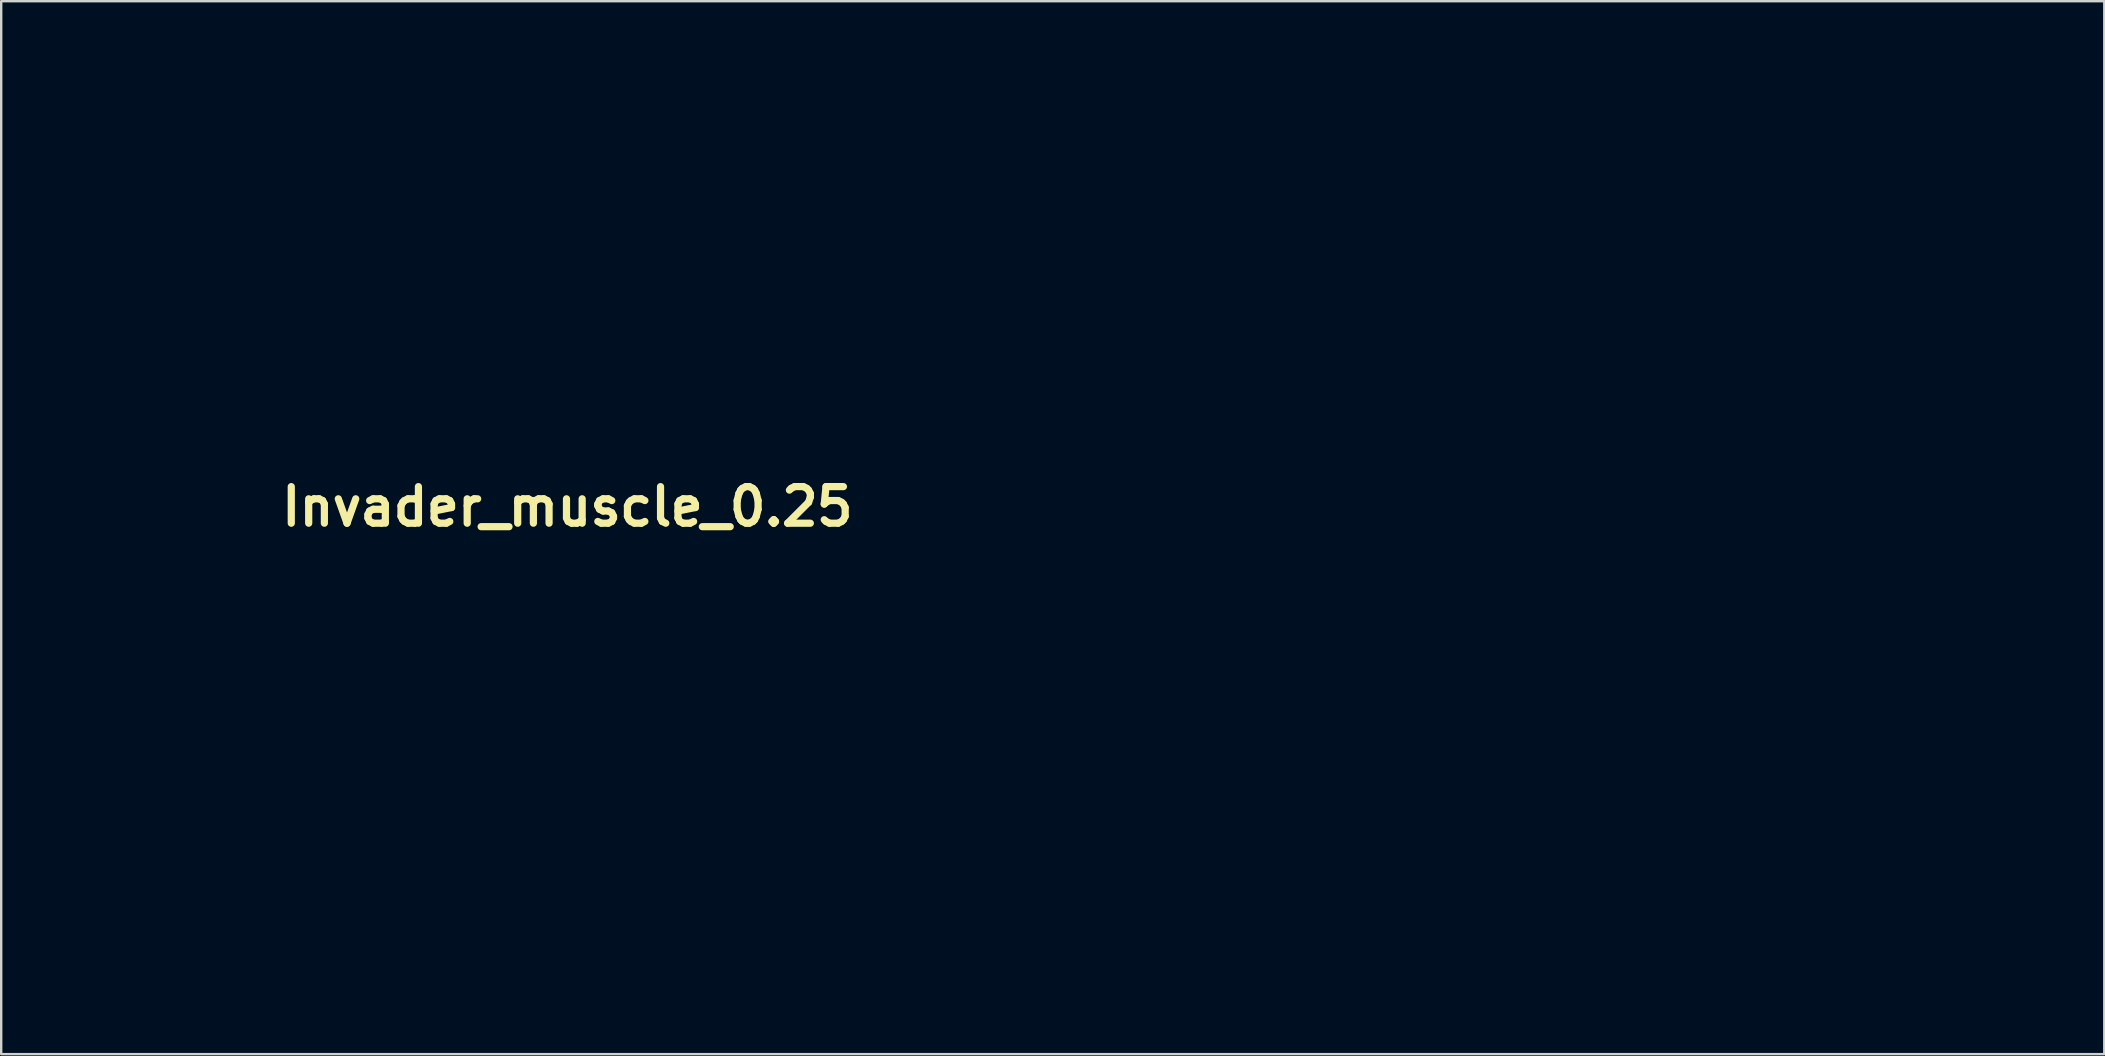
<source format=kicad_pcb>
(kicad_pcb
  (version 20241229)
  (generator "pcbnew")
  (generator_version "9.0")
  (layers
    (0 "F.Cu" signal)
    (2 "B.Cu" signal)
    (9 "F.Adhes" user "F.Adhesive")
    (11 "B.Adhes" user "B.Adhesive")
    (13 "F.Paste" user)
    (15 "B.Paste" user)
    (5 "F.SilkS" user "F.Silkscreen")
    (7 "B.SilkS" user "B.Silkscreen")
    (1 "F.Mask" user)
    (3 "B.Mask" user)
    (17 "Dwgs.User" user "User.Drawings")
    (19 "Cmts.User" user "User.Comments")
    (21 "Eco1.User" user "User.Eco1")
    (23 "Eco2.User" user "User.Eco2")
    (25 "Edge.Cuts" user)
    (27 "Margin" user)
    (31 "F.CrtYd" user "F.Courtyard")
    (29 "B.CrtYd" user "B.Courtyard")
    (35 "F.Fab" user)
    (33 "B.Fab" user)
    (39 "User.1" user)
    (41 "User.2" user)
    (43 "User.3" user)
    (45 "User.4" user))
  (footprint "Invader_muscle_0.25"
    (layer "F.Cu")
    (at 20.316 18.06)
    (property "Reference" "Invader_muscle_0.25" (at 0.273 0 0) (layer "F.SilkS") (effects (font (size 1.524 1.524) (thickness 0.3))))
    (attr board_only exclude_from_pos_files exclude_from_bom)
    (fp_poly (pts (xy -3.708 6.095) (xy -3.529 6.466) (xy -3.513 6.828) (xy -3.585 7.413) (xy -3.894 7.627) (xy -4.197 7.647) (xy -4.772 7.503) (xy -5.036 7.238) (xy -5.076 6.552) (xy -4.675 6.107) (xy -4.197 6.009)) (stroke (width 0.1) (type solid)) (fill no) (layer "Eco1.User"))
    (fp_poly (pts (xy -1.547 8.007) (xy -1.368 8.377) (xy -1.351 8.74) (xy -1.423 9.325) (xy -1.732 9.539) (xy -2.035 9.559) (xy -2.611 9.414) (xy -2.875 9.149) (xy -2.915 8.464) (xy -2.514 8.019) (xy -2.035 7.92)) (stroke (width 0.1) (type solid)) (fill no) (layer "Eco1.User"))
    (fp_poly (pts (xy 0.615 -7.561) (xy 0.794 -7.19) (xy 0.811 -6.828) (xy 0.738 -6.243) (xy 0.429 -6.029) (xy 0.127 -6.009) (xy -0.449 -6.153) (xy -0.713 -6.418) (xy -0.753 -7.104) (xy -0.352 -7.548) (xy 0.127 -7.647)) (stroke (width 0.1) (type solid)) (fill no) (layer "Eco1.User"))
    (fp_poly (pts (xy 2.92 8.144) (xy 3.102 8.585) (xy 3.107 8.74) (xy 2.989 9.265) (xy 2.53 9.485) (xy 2.363 9.509) (xy 1.693 9.431) (xy 1.456 9.168) (xy 1.392 8.468) (xy 1.763 8.042) (xy 2.363 7.97)) (stroke (width 0.1) (type solid)) (fill no) (layer "Eco1.User"))
    (fp_poly (pts (xy 2.942 -7.402) (xy 3.176 -6.888) (xy 3.193 -6.76) (xy 3.192 -6.236) (xy 2.918 -6.036) (xy 2.441 -6.009) (xy 1.765 -6.135) (xy 1.449 -6.418) (xy 1.393 -7.108) (xy 1.771 -7.528) (xy 2.363 -7.597)) (stroke (width 0.1) (type solid)) (fill no) (layer "Eco1.User"))
    (fp_poly (pts (xy -18.876 14.003) (xy -18.664 14.315) (xy -18.645 14.612) (xy -18.732 15.1) (xy -19.103 15.278) (xy -19.455 15.295) (xy -20.035 15.221) (xy -20.247 14.909) (xy -20.266 14.612) (xy -20.179 14.124) (xy -19.808 13.945) (xy -19.455 13.929)) (stroke (width 0.1) (type solid)) (fill no) (layer "Eco1.User"))
    (fp_poly (pts (xy -16.714 12.091) (xy -16.502 12.403) (xy -16.483 12.7) (xy -16.57 13.188) (xy -16.941 13.366) (xy -17.294 13.383) (xy -17.873 13.309) (xy -18.085 12.997) (xy -18.104 12.7) (xy -18.017 12.212) (xy -17.646 12.034) (xy -17.294 12.017)) (stroke (width 0.1) (type solid)) (fill no) (layer "Eco1.User"))
    (fp_poly (pts (xy -16.714 14.003) (xy -16.502 14.315) (xy -16.483 14.612) (xy -16.57 15.1) (xy -16.941 15.278) (xy -17.294 15.295) (xy -17.873 15.221) (xy -18.085 14.909) (xy -18.104 14.612) (xy -18.017 14.124) (xy -17.646 13.945) (xy -17.294 13.929)) (stroke (width 0.1) (type solid)) (fill no) (layer "Eco1.User"))
    (fp_poly (pts (xy -14.553 12.091) (xy -14.341 12.403) (xy -14.321 12.7) (xy -14.409 13.188) (xy -14.779 13.366) (xy -15.132 13.383) (xy -15.711 13.309) (xy -15.923 12.997) (xy -15.943 12.7) (xy -15.855 12.212) (xy -15.484 12.034) (xy -15.132 12.017)) (stroke (width 0.1) (type solid)) (fill no) (layer "Eco1.User"))
    (fp_poly (pts (xy -14.553 14.003) (xy -14.341 14.315) (xy -14.321 14.612) (xy -14.409 15.1) (xy -14.779 15.278) (xy -15.132 15.295) (xy -15.711 15.221) (xy -15.923 14.909) (xy -15.943 14.612) (xy -15.855 14.124) (xy -15.484 13.945) (xy -15.132 13.929)) (stroke (width 0.1) (type solid)) (fill no) (layer "Eco1.User"))
    (fp_poly (pts (xy -12.396 9.9) (xy -12.184 10.219) (xy -12.16 10.652) (xy -12.227 11.232) (xy -12.542 11.446) (xy -12.97 11.471) (xy -13.544 11.403) (xy -13.756 11.084) (xy -13.781 10.652) (xy -13.714 10.071) (xy -13.398 9.857) (xy -12.97 9.832)) (stroke (width 0.1) (type solid)) (fill no) (layer "Eco1.User"))
    (fp_poly (pts (xy -12.391 12.091) (xy -12.179 12.403) (xy -12.16 12.7) (xy -12.247 13.188) (xy -12.618 13.366) (xy -12.97 13.383) (xy -13.55 13.309) (xy -13.761 12.997) (xy -13.781 12.7) (xy -13.694 12.212) (xy -13.323 12.034) (xy -12.97 12.017)) (stroke (width 0.1) (type solid)) (fill no) (layer "Eco1.User"))
    (fp_poly (pts (xy -12.391 14.003) (xy -12.179 14.315) (xy -12.16 14.612) (xy -12.247 15.1) (xy -12.618 15.278) (xy -12.97 15.295) (xy -13.55 15.221) (xy -13.761 14.909) (xy -13.781 14.612) (xy -13.694 14.124) (xy -13.323 13.945) (xy -12.97 13.929)) (stroke (width 0.1) (type solid)) (fill no) (layer "Eco1.User"))
    (fp_poly (pts (xy -10.234 7.988) (xy -10.023 8.307) (xy -9.998 8.74) (xy -10.065 9.32) (xy -10.381 9.534) (xy -10.809 9.559) (xy -11.383 9.491) (xy -11.594 9.172) (xy -11.619 8.74) (xy -11.552 8.159) (xy -11.236 7.946) (xy -10.809 7.92)) (stroke (width 0.1) (type solid)) (fill no) (layer "Eco1.User"))
    (fp_poly (pts (xy -10.229 10.179) (xy -10.017 10.491) (xy -9.998 10.788) (xy -10.085 11.276) (xy -10.456 11.455) (xy -10.809 11.471) (xy -11.388 11.397) (xy -11.6 11.085) (xy -11.619 10.788) (xy -11.532 10.3) (xy -11.161 10.122) (xy -10.809 10.105)) (stroke (width 0.1) (type solid)) (fill no) (layer "Eco1.User"))
    (fp_poly (pts (xy -10.229 12.091) (xy -10.017 12.403) (xy -9.998 12.7) (xy -10.085 13.188) (xy -10.456 13.366) (xy -10.809 13.383) (xy -11.388 13.309) (xy -11.6 12.997) (xy -11.619 12.7) (xy -11.532 12.212) (xy -11.161 12.034) (xy -10.809 12.017)) (stroke (width 0.1) (type solid)) (fill no) (layer "Eco1.User"))
    (fp_poly (pts (xy -8.073 4.164) (xy -7.861 4.484) (xy -7.836 4.916) (xy -7.903 5.496) (xy -8.219 5.71) (xy -8.647 5.735) (xy -9.221 5.668) (xy -9.433 5.349) (xy -9.457 4.916) (xy -9.39 4.336) (xy -9.075 4.122) (xy -8.647 4.097)) (stroke (width 0.1) (type solid)) (fill no) (layer "Eco1.User"))
    (fp_poly (pts (xy -8.073 6.076) (xy -7.861 6.396) (xy -7.836 6.828) (xy -7.903 7.408) (xy -8.219 7.622) (xy -8.647 7.647) (xy -9.221 7.58) (xy -9.433 7.26) (xy -9.457 6.828) (xy -9.39 6.248) (xy -9.075 6.034) (xy -8.647 6.009)) (stroke (width 0.1) (type solid)) (fill no) (layer "Eco1.User"))
    (fp_poly (pts (xy -8.067 8.267) (xy -7.856 8.579) (xy -7.836 8.876) (xy -7.923 9.364) (xy -8.294 9.543) (xy -8.647 9.559) (xy -9.226 9.486) (xy -9.438 9.173) (xy -9.457 8.876) (xy -9.37 8.388) (xy -8.999 8.21) (xy -8.647 8.194)) (stroke (width 0.1) (type solid)) (fill no) (layer "Eco1.User"))
    (fp_poly (pts (xy -8.067 12.091) (xy -7.856 12.403) (xy -7.836 12.7) (xy -7.923 13.188) (xy -8.294 13.366) (xy -8.647 13.383) (xy -9.226 13.309) (xy -9.438 12.997) (xy -9.457 12.7) (xy -9.37 12.212) (xy -8.999 12.034) (xy -8.647 12.017)) (stroke (width 0.1) (type solid)) (fill no) (layer "Eco1.User"))
    (fp_poly (pts (xy -8.059 9.885) (xy -7.862 10.163) (xy -7.836 10.633) (xy -7.899 11.222) (xy -8.202 11.442) (xy -8.665 11.471) (xy -9.238 11.415) (xy -9.427 11.144) (xy -9.408 10.72) (xy -9.214 10.135) (xy -8.703 9.9) (xy -8.579 9.882)) (stroke (width 0.1) (type solid)) (fill no) (layer "Eco1.User"))
    (fp_poly (pts (xy -5.906 0.347) (xy -5.694 0.659) (xy -5.674 0.956) (xy -5.762 1.444) (xy -6.133 1.622) (xy -6.485 1.639) (xy -7.064 1.565) (xy -7.276 1.253) (xy -7.296 0.956) (xy -7.208 0.468) (xy -6.838 0.289) (xy -6.485 0.273)) (stroke (width 0.1) (type solid)) (fill no) (layer "Eco1.User"))
    (fp_poly (pts (xy -5.906 2.258) (xy -5.694 2.571) (xy -5.674 2.868) (xy -5.762 3.356) (xy -6.133 3.534) (xy -6.485 3.551) (xy -7.064 3.477) (xy -7.276 3.165) (xy -7.296 2.868) (xy -7.208 2.38) (xy -6.838 2.201) (xy -6.485 2.185)) (stroke (width 0.1) (type solid)) (fill no) (layer "Eco1.User"))
    (fp_poly (pts (xy -5.906 8.267) (xy -5.694 8.579) (xy -5.674 8.876) (xy -5.762 9.364) (xy -6.133 9.543) (xy -6.485 9.559) (xy -7.064 9.486) (xy -7.276 9.173) (xy -7.296 8.876) (xy -7.208 8.388) (xy -6.838 8.21) (xy -6.485 8.194)) (stroke (width 0.1) (type solid)) (fill no) (layer "Eco1.User"))
    (fp_poly (pts (xy -5.906 10.179) (xy -5.694 10.491) (xy -5.674 10.788) (xy -5.762 11.276) (xy -6.133 11.455) (xy -6.485 11.471) (xy -7.064 11.397) (xy -7.276 11.085) (xy -7.296 10.788) (xy -7.208 10.3) (xy -6.838 10.122) (xy -6.485 10.105)) (stroke (width 0.1) (type solid)) (fill no) (layer "Eco1.User"))
    (fp_poly (pts (xy -5.906 12.091) (xy -5.694 12.403) (xy -5.674 12.7) (xy -5.762 13.188) (xy -6.133 13.366) (xy -6.485 13.383) (xy -7.064 13.309) (xy -7.276 12.997) (xy -7.296 12.7) (xy -7.208 12.212) (xy -6.838 12.034) (xy -6.485 12.017)) (stroke (width 0.1) (type solid)) (fill no) (layer "Eco1.User"))
    (fp_poly (pts (xy -5.897 6.061) (xy -5.701 6.34) (xy -5.674 6.81) (xy -5.737 7.398) (xy -6.04 7.619) (xy -6.503 7.647) (xy -7.077 7.591) (xy -7.265 7.32) (xy -7.246 6.896) (xy -7.053 6.311) (xy -6.541 6.076) (xy -6.418 6.059)) (stroke (width 0.1) (type solid)) (fill no) (layer "Eco1.User"))
    (fp_poly (pts (xy -3.744 -1.565) (xy -3.532 -1.253) (xy -3.513 -0.956) (xy -3.6 -0.468) (xy -3.971 -0.289) (xy -4.323 -0.273) (xy -4.903 -0.347) (xy -5.115 -0.659) (xy -5.134 -0.956) (xy -5.047 -1.444) (xy -4.676 -1.622) (xy -4.323 -1.639)) (stroke (width 0.1) (type solid)) (fill no) (layer "Eco1.User"))
    (fp_poly (pts (xy -3.744 0.347) (xy -3.532 0.659) (xy -3.513 0.956) (xy -3.6 1.444) (xy -3.971 1.622) (xy -4.323 1.639) (xy -4.903 1.565) (xy -5.115 1.253) (xy -5.134 0.956) (xy -5.047 0.468) (xy -4.676 0.289) (xy -4.323 0.273)) (stroke (width 0.1) (type solid)) (fill no) (layer "Eco1.User"))
    (fp_poly (pts (xy -3.744 2.258) (xy -3.532 2.571) (xy -3.513 2.868) (xy -3.6 3.356) (xy -3.971 3.534) (xy -4.323 3.551) (xy -4.903 3.477) (xy -5.115 3.165) (xy -5.134 2.868) (xy -5.047 2.38) (xy -4.676 2.201) (xy -4.323 2.185)) (stroke (width 0.1) (type solid)) (fill no) (layer "Eco1.User"))
    (fp_poly (pts (xy -3.744 8.267) (xy -3.532 8.579) (xy -3.513 8.876) (xy -3.6 9.364) (xy -3.971 9.543) (xy -4.323 9.559) (xy -4.903 9.486) (xy -5.115 9.173) (xy -5.134 8.876) (xy -5.047 8.388) (xy -4.676 8.21) (xy -4.323 8.194)) (stroke (width 0.1) (type solid)) (fill no) (layer "Eco1.User"))
    (fp_poly (pts (xy -3.744 10.179) (xy -3.532 10.491) (xy -3.513 10.788) (xy -3.6 11.276) (xy -3.971 11.455) (xy -4.323 11.471) (xy -4.903 11.397) (xy -5.115 11.085) (xy -5.134 10.788) (xy -5.047 10.3) (xy -4.676 10.122) (xy -4.323 10.105)) (stroke (width 0.1) (type solid)) (fill no) (layer "Eco1.User"))
    (fp_poly (pts (xy -2.094 4.148) (xy -1.438 4.311) (xy -1.159 4.699) (xy -1.13 4.848) (xy -1.141 5.259) (xy -1.427 5.431) (xy -2.008 5.462) (xy -2.655 5.414) (xy -2.923 5.194) (xy -2.972 4.762) (xy -2.909 4.287) (xy -2.61 4.127)) (stroke (width 0.1) (type solid)) (fill no) (layer "Eco1.User"))
    (fp_poly (pts (xy -1.582 -5.389) (xy -1.37 -5.076) (xy -1.351 -4.78) (xy -1.438 -4.292) (xy -1.809 -4.113) (xy -2.162 -4.097) (xy -2.741 -4.17) (xy -2.953 -4.483) (xy -2.972 -4.78) (xy -2.885 -5.268) (xy -2.514 -5.446) (xy -2.162 -5.462)) (stroke (width 0.1) (type solid)) (fill no) (layer "Eco1.User"))
    (fp_poly (pts (xy -1.582 -3.477) (xy -1.37 -3.165) (xy -1.351 -2.868) (xy -1.438 -2.38) (xy -1.809 -2.201) (xy -2.162 -2.185) (xy -2.741 -2.258) (xy -2.953 -2.571) (xy -2.972 -2.868) (xy -2.885 -3.356) (xy -2.514 -3.534) (xy -2.162 -3.551)) (stroke (width 0.1) (type solid)) (fill no) (layer "Eco1.User"))
    (fp_poly (pts (xy -1.582 0.347) (xy -1.37 0.659) (xy -1.351 0.956) (xy -1.438 1.444) (xy -1.809 1.622) (xy -2.162 1.639) (xy -2.741 1.565) (xy -2.953 1.253) (xy -2.972 0.956) (xy -2.885 0.468) (xy -2.514 0.289) (xy -2.162 0.273)) (stroke (width 0.1) (type solid)) (fill no) (layer "Eco1.User"))
    (fp_poly (pts (xy -1.582 6.082) (xy -1.37 6.394) (xy -1.351 6.691) (xy -1.438 7.179) (xy -1.809 7.358) (xy -2.162 7.374) (xy -2.741 7.301) (xy -2.953 6.988) (xy -2.972 6.691) (xy -2.885 6.203) (xy -2.514 6.025) (xy -2.162 6.009)) (stroke (width 0.1) (type solid)) (fill no) (layer "Eco1.User"))
    (fp_poly (pts (xy -1.574 -7.595) (xy -1.377 -7.316) (xy -1.351 -6.846) (xy -1.414 -6.258) (xy -1.717 -6.037) (xy -2.18 -6.009) (xy -2.753 -6.065) (xy -2.942 -6.335) (xy -2.923 -6.76) (xy -2.729 -7.345) (xy -2.218 -7.58) (xy -2.094 -7.597)) (stroke (width 0.1) (type solid)) (fill no) (layer "Eco1.User"))
    (fp_poly (pts (xy -1.387 -1.588) (xy -1.125 -1.358) (xy -1.081 -0.956) (xy -1.152 -0.494) (xy -1.469 -0.305) (xy -2.027 -0.273) (xy -2.666 -0.324) (xy -2.928 -0.554) (xy -2.972 -0.956) (xy -2.902 -1.418) (xy -2.584 -1.607) (xy -2.027 -1.639)) (stroke (width 0.1) (type solid)) (fill no) (layer "Eco1.User"))
    (fp_poly (pts (xy -1.387 2.236) (xy -1.125 2.466) (xy -1.081 2.868) (xy -1.152 3.329) (xy -1.469 3.519) (xy -2.027 3.551) (xy -2.666 3.5) (xy -2.928 3.27) (xy -2.972 2.868) (xy -2.902 2.406) (xy -2.584 2.217) (xy -2.027 2.185)) (stroke (width 0.1) (type solid)) (fill no) (layer "Eco1.User"))
    (fp_poly (pts (xy 0.579 -3.477) (xy 0.791 -3.165) (xy 0.811 -2.868) (xy 0.723 -2.38) (xy 0.353 -2.201) (xy 0 -2.185) (xy -0.579 -2.258) (xy -0.791 -2.571) (xy -0.811 -2.868) (xy -0.723 -3.356) (xy -0.353 -3.534) (xy 0 -3.551)) (stroke (width 0.1) (type solid)) (fill no) (layer "Eco1.User"))
    (fp_poly (pts (xy 0.579 0.347) (xy 0.791 0.659) (xy 0.811 0.956) (xy 0.723 1.444) (xy 0.353 1.622) (xy 0 1.639) (xy -0.579 1.565) (xy -0.791 1.253) (xy -0.811 0.956) (xy -0.723 0.468) (xy -0.353 0.289) (xy 0 0.273)) (stroke (width 0.1) (type solid)) (fill no) (layer "Eco1.User"))
    (fp_poly (pts (xy 0.579 8.267) (xy 0.791 8.579) (xy 0.811 8.876) (xy 0.723 9.364) (xy 0.353 9.543) (xy 0 9.559) (xy -0.579 9.486) (xy -0.791 9.173) (xy -0.811 8.876) (xy -0.723 8.388) (xy -0.353 8.21) (xy 0 8.194)) (stroke (width 0.1) (type solid)) (fill no) (layer "Eco1.User"))
    (fp_poly (pts (xy 0.588 -5.683) (xy 0.784 -5.404) (xy 0.811 -4.934) (xy 0.748 -4.346) (xy 0.445 -4.125) (xy -0.018 -4.097) (xy -0.592 -4.153) (xy -0.78 -4.424) (xy -0.761 -4.848) (xy -0.568 -5.433) (xy -0.056 -5.668) (xy 0.068 -5.685)) (stroke (width 0.1) (type solid)) (fill no) (layer "Eco1.User"))
    (fp_poly (pts (xy 0.649 -1.526) (xy 0.808 -1.082) (xy 0.811 -0.956) (xy 0.699 -0.436) (xy 0.26 -0.276) (xy 0.135 -0.273) (xy -0.379 -0.386) (xy -0.538 -0.83) (xy -0.54 -0.956) (xy -0.429 -1.476) (xy 0.011 -1.636) (xy 0.135 -1.639)) (stroke (width 0.1) (type solid)) (fill no) (layer "Eco1.User"))
    (fp_poly (pts (xy 0.649 2.298) (xy 0.808 2.742) (xy 0.811 2.868) (xy 0.699 3.387) (xy 0.26 3.548) (xy 0.135 3.551) (xy -0.379 3.438) (xy -0.538 2.994) (xy -0.54 2.868) (xy -0.429 2.348) (xy 0.011 2.188) (xy 0.135 2.185)) (stroke (width 0.1) (type solid)) (fill no) (layer "Eco1.User"))
    (fp_poly (pts (xy 0.746 -9.326) (xy 1.003 -8.96) (xy 1.032 -8.808) (xy 1.022 -8.4) (xy 0.741 -8.227) (xy 0.135 -8.194) (xy -0.512 -8.236) (xy -0.762 -8.426) (xy -0.762 -8.808) (xy -0.57 -9.261) (xy -0.067 -9.417) (xy 0.135 -9.423)) (stroke (width 0.1) (type solid)) (fill no) (layer "Eco1.User"))
    (fp_poly (pts (xy 0.775 -17.155) (xy 1.037 -16.926) (xy 1.081 -16.524) (xy 1.01 -16.062) (xy 0.692 -15.873) (xy 0.135 -15.841) (xy -0.504 -15.892) (xy -0.766 -16.121) (xy -0.811 -16.524) (xy -0.74 -16.985) (xy -0.422 -17.174) (xy 0.135 -17.206)) (stroke (width 0.1) (type solid)) (fill no) (layer "Eco1.User"))
    (fp_poly (pts (xy 0.775 -15.244) (xy 1.037 -15.014) (xy 1.081 -14.612) (xy 1.01 -14.15) (xy 0.692 -13.961) (xy 0.135 -13.929) (xy -0.504 -13.98) (xy -0.766 -14.21) (xy -0.811 -14.612) (xy -0.74 -15.074) (xy -0.422 -15.263) (xy 0.135 -15.295)) (stroke (width 0.1) (type solid)) (fill no) (layer "Eco1.User"))
    (fp_poly (pts (xy 0.775 -13.332) (xy 1.037 -13.102) (xy 1.081 -12.7) (xy 1.01 -12.238) (xy 0.692 -12.049) (xy 0.135 -12.017) (xy -0.504 -12.068) (xy -0.766 -12.298) (xy -0.811 -12.7) (xy -0.74 -13.162) (xy -0.422 -13.351) (xy 0.135 -13.383)) (stroke (width 0.1) (type solid)) (fill no) (layer "Eco1.User"))
    (fp_poly (pts (xy 2.936 -5.411) (xy 3.198 -5.182) (xy 3.243 -4.78) (xy 3.172 -4.318) (xy 2.854 -4.129) (xy 2.297 -4.097) (xy 1.657 -4.148) (xy 1.395 -4.377) (xy 1.351 -4.78) (xy 1.422 -5.241) (xy 1.74 -5.43) (xy 2.297 -5.462)) (stroke (width 0.1) (type solid)) (fill no) (layer "Eco1.User"))
    (fp_poly (pts (xy 2.936 -3.5) (xy 3.198 -3.27) (xy 3.243 -2.868) (xy 3.172 -2.406) (xy 2.854 -2.217) (xy 2.297 -2.185) (xy 1.657 -2.236) (xy 1.395 -2.466) (xy 1.351 -2.868) (xy 1.422 -3.329) (xy 1.74 -3.519) (xy 2.297 -3.551)) (stroke (width 0.1) (type solid)) (fill no) (layer "Eco1.User"))
    (fp_poly (pts (xy 2.936 -1.588) (xy 3.198 -1.358) (xy 3.243 -0.956) (xy 3.172 -0.494) (xy 2.854 -0.305) (xy 2.297 -0.273) (xy 1.657 -0.324) (xy 1.395 -0.554) (xy 1.351 -0.956) (xy 1.422 -1.418) (xy 1.74 -1.607) (xy 2.297 -1.639)) (stroke (width 0.1) (type solid)) (fill no) (layer "Eco1.User"))
    (fp_poly (pts (xy 2.936 0.324) (xy 3.198 0.554) (xy 3.243 0.956) (xy 3.172 1.418) (xy 2.854 1.607) (xy 2.297 1.639) (xy 1.657 1.588) (xy 1.395 1.358) (xy 1.351 0.956) (xy 1.422 0.494) (xy 1.74 0.305) (xy 2.297 0.273)) (stroke (width 0.1) (type solid)) (fill no) (layer "Eco1.User"))
    (fp_poly (pts (xy 2.936 2.236) (xy 3.198 2.466) (xy 3.243 2.868) (xy 3.172 3.329) (xy 2.854 3.519) (xy 2.297 3.551) (xy 1.657 3.5) (xy 1.395 3.27) (xy 1.351 2.868) (xy 1.422 2.406) (xy 1.74 2.217) (xy 2.297 2.185)) (stroke (width 0.1) (type solid)) (fill no) (layer "Eco1.User"))
    (fp_poly (pts (xy 3.206 4.354) (xy 3.243 4.762) (xy 3.177 5.232) (xy 2.873 5.427) (xy 2.278 5.462) (xy 1.639 5.418) (xy 1.397 5.221) (xy 1.4 4.848) (xy 1.607 4.384) (xy 2.153 4.174) (xy 2.364 4.148) (xy 2.968 4.139)) (stroke (width 0.1) (type solid)) (fill no) (layer "Eco1.User"))
    (fp_poly (pts (xy 3.206 6.266) (xy 3.243 6.674) (xy 3.177 7.144) (xy 2.873 7.338) (xy 2.278 7.374) (xy 1.639 7.33) (xy 1.397 7.133) (xy 1.4 6.76) (xy 1.607 6.296) (xy 2.153 6.086) (xy 2.364 6.06) (xy 2.968 6.051)) (stroke (width 0.1) (type solid)) (fill no) (layer "Eco1.User"))
    (fp_poly (pts (xy 4.526 6.059) (xy 5.083 6.233) (xy 5.264 6.676) (xy 5.269 6.828) (xy 5.15 7.353) (xy 4.691 7.573) (xy 4.526 7.597) (xy 4.009 7.596) (xy 3.811 7.324) (xy 3.783 6.828) (xy 3.836 6.239) (xy 4.093 6.041)) (stroke (width 0.1) (type solid)) (fill no) (layer "Eco1.User"))
    (fp_poly (pts (xy 5.173 -1.565) (xy 5.385 -1.253) (xy 5.404 -0.956) (xy 5.317 -0.468) (xy 4.946 -0.289) (xy 4.594 -0.273) (xy 4.014 -0.347) (xy 3.802 -0.659) (xy 3.783 -0.956) (xy 3.87 -1.444) (xy 4.241 -1.622) (xy 4.594 -1.639)) (stroke (width 0.1) (type solid)) (fill no) (layer "Eco1.User"))
    (fp_poly (pts (xy 5.173 0.347) (xy 5.385 0.659) (xy 5.404 0.956) (xy 5.317 1.444) (xy 4.946 1.622) (xy 4.594 1.639) (xy 4.014 1.565) (xy 3.802 1.253) (xy 3.783 0.956) (xy 3.87 0.468) (xy 4.241 0.289) (xy 4.594 0.273)) (stroke (width 0.1) (type solid)) (fill no) (layer "Eco1.User"))
    (fp_poly (pts (xy 5.173 2.258) (xy 5.385 2.571) (xy 5.404 2.868) (xy 5.317 3.356) (xy 4.946 3.534) (xy 4.594 3.551) (xy 4.014 3.477) (xy 3.802 3.165) (xy 3.783 2.868) (xy 3.87 2.38) (xy 4.241 2.201) (xy 4.594 2.185)) (stroke (width 0.1) (type solid)) (fill no) (layer "Eco1.User"))
    (fp_poly (pts (xy 5.173 8.267) (xy 5.385 8.579) (xy 5.404 8.876) (xy 5.317 9.364) (xy 4.946 9.543) (xy 4.594 9.559) (xy 4.014 9.486) (xy 3.802 9.173) (xy 3.783 8.876) (xy 3.87 8.388) (xy 4.241 8.21) (xy 4.594 8.194)) (stroke (width 0.1) (type solid)) (fill no) (layer "Eco1.User"))
    (fp_poly (pts (xy 5.173 10.179) (xy 5.385 10.491) (xy 5.404 10.788) (xy 5.317 11.276) (xy 4.946 11.455) (xy 4.594 11.471) (xy 4.014 11.397) (xy 3.802 11.085) (xy 3.783 10.788) (xy 3.87 10.3) (xy 4.241 10.122) (xy 4.594 10.105)) (stroke (width 0.1) (type solid)) (fill no) (layer "Eco1.User"))
    (fp_poly (pts (xy 6.688 6.059) (xy 7.267 6.254) (xy 7.499 6.771) (xy 7.516 6.896) (xy 7.514 7.422) (xy 7.238 7.621) (xy 6.773 7.647) (xy 6.191 7.584) (xy 5.973 7.277) (xy 5.945 6.81) (xy 6 6.23) (xy 6.268 6.04)) (stroke (width 0.1) (type solid)) (fill no) (layer "Eco1.User"))
    (fp_poly (pts (xy 7.335 0.347) (xy 7.547 0.659) (xy 7.566 0.956) (xy 7.479 1.444) (xy 7.108 1.622) (xy 6.755 1.639) (xy 6.176 1.565) (xy 5.964 1.253) (xy 5.945 0.956) (xy 6.032 0.468) (xy 6.403 0.289) (xy 6.755 0.273)) (stroke (width 0.1) (type solid)) (fill no) (layer "Eco1.User"))
    (fp_poly (pts (xy 7.335 2.258) (xy 7.547 2.571) (xy 7.566 2.868) (xy 7.479 3.356) (xy 7.108 3.534) (xy 6.755 3.551) (xy 6.176 3.477) (xy 5.964 3.165) (xy 5.945 2.868) (xy 6.032 2.38) (xy 6.403 2.201) (xy 6.755 2.185)) (stroke (width 0.1) (type solid)) (fill no) (layer "Eco1.User"))
    (fp_poly (pts (xy 7.335 8.267) (xy 7.547 8.579) (xy 7.566 8.876) (xy 7.479 9.364) (xy 7.108 9.543) (xy 6.755 9.559) (xy 6.176 9.486) (xy 5.964 9.173) (xy 5.945 8.876) (xy 6.032 8.388) (xy 6.403 8.21) (xy 6.755 8.194)) (stroke (width 0.1) (type solid)) (fill no) (layer "Eco1.User"))
    (fp_poly (pts (xy 7.335 10.179) (xy 7.547 10.491) (xy 7.566 10.788) (xy 7.479 11.276) (xy 7.108 11.455) (xy 6.755 11.471) (xy 6.176 11.397) (xy 5.964 11.085) (xy 5.945 10.788) (xy 6.032 10.3) (xy 6.403 10.122) (xy 6.755 10.105)) (stroke (width 0.1) (type solid)) (fill no) (layer "Eco1.User"))
    (fp_poly (pts (xy 7.335 12.091) (xy 7.547 12.403) (xy 7.566 12.7) (xy 7.479 13.188) (xy 7.108 13.366) (xy 6.755 13.383) (xy 6.176 13.309) (xy 5.964 12.997) (xy 5.945 12.7) (xy 6.032 12.212) (xy 6.403 12.034) (xy 6.755 12.017)) (stroke (width 0.1) (type solid)) (fill no) (layer "Eco1.User"))
    (fp_poly (pts (xy 7.347 4.153) (xy 7.535 4.424) (xy 7.516 4.848) (xy 7.323 5.433) (xy 6.812 5.668) (xy 6.688 5.685) (xy 6.168 5.683) (xy 5.971 5.404) (xy 5.945 4.934) (xy 6.007 4.346) (xy 6.311 4.125) (xy 6.773 4.097)) (stroke (width 0.1) (type solid)) (fill no) (layer "Eco1.User"))
    (fp_poly (pts (xy 8.849 9.882) (xy 9.428 10.078) (xy 9.661 10.595) (xy 9.678 10.72) (xy 9.676 11.246) (xy 9.4 11.444) (xy 8.935 11.471) (xy 8.353 11.407) (xy 8.135 11.101) (xy 8.106 10.633) (xy 8.162 10.054) (xy 8.43 9.863)) (stroke (width 0.1) (type solid)) (fill no) (layer "Eco1.User"))
    (fp_poly (pts (xy 9.491 4.164) (xy 9.703 4.484) (xy 9.728 4.916) (xy 9.661 5.496) (xy 9.345 5.71) (xy 8.917 5.735) (xy 8.343 5.668) (xy 8.131 5.349) (xy 8.106 4.916) (xy 8.173 4.336) (xy 8.489 4.122) (xy 8.917 4.097)) (stroke (width 0.1) (type solid)) (fill no) (layer "Eco1.User"))
    (fp_poly (pts (xy 9.491 6.076) (xy 9.703 6.396) (xy 9.728 6.828) (xy 9.661 7.408) (xy 9.345 7.622) (xy 8.917 7.647) (xy 8.343 7.58) (xy 8.131 7.26) (xy 8.106 6.828) (xy 8.173 6.248) (xy 8.489 6.034) (xy 8.917 6.009)) (stroke (width 0.1) (type solid)) (fill no) (layer "Eco1.User"))
    (fp_poly (pts (xy 9.496 8.267) (xy 9.708 8.579) (xy 9.728 8.876) (xy 9.64 9.364) (xy 9.27 9.543) (xy 8.917 9.559) (xy 8.338 9.486) (xy 8.126 9.173) (xy 8.106 8.876) (xy 8.194 8.388) (xy 8.565 8.21) (xy 8.917 8.194)) (stroke (width 0.1) (type solid)) (fill no) (layer "Eco1.User"))
    (fp_poly (pts (xy 9.496 12.091) (xy 9.708 12.403) (xy 9.728 12.7) (xy 9.64 13.188) (xy 9.27 13.366) (xy 8.917 13.383) (xy 8.338 13.309) (xy 8.126 12.997) (xy 8.106 12.7) (xy 8.194 12.212) (xy 8.565 12.034) (xy 8.917 12.017)) (stroke (width 0.1) (type solid)) (fill no) (layer "Eco1.User"))
    (fp_poly (pts (xy 11.653 7.988) (xy 11.865 8.307) (xy 11.889 8.74) (xy 11.822 9.32) (xy 11.507 9.534) (xy 11.079 9.559) (xy 10.505 9.491) (xy 10.293 9.172) (xy 10.268 8.74) (xy 10.335 8.159) (xy 10.651 7.946) (xy 11.079 7.92)) (stroke (width 0.1) (type solid)) (fill no) (layer "Eco1.User"))
    (fp_poly (pts (xy 11.658 10.179) (xy 11.87 10.491) (xy 11.889 10.788) (xy 11.802 11.276) (xy 11.431 11.455) (xy 11.079 11.471) (xy 10.499 11.397) (xy 10.287 11.085) (xy 10.268 10.788) (xy 10.355 10.3) (xy 10.726 10.122) (xy 11.079 10.105)) (stroke (width 0.1) (type solid)) (fill no) (layer "Eco1.User"))
    (fp_poly (pts (xy 11.658 12.091) (xy 11.87 12.403) (xy 11.889 12.7) (xy 11.802 13.188) (xy 11.431 13.366) (xy 11.079 13.383) (xy 10.499 13.309) (xy 10.287 12.997) (xy 10.268 12.7) (xy 10.355 12.212) (xy 10.726 12.034) (xy 11.079 12.017)) (stroke (width 0.1) (type solid)) (fill no) (layer "Eco1.User"))
    (fp_poly (pts (xy 13.815 9.9) (xy 14.026 10.219) (xy 14.051 10.652) (xy 13.984 11.232) (xy 13.668 11.446) (xy 13.24 11.471) (xy 12.666 11.403) (xy 12.455 11.084) (xy 12.43 10.652) (xy 12.497 10.071) (xy 12.813 9.857) (xy 13.24 9.832)) (stroke (width 0.1) (type solid)) (fill no) (layer "Eco1.User"))
    (fp_poly (pts (xy 13.82 12.091) (xy 14.032 12.403) (xy 14.051 12.7) (xy 13.964 13.188) (xy 13.593 13.366) (xy 13.24 13.383) (xy 12.661 13.309) (xy 12.449 12.997) (xy 12.43 12.7) (xy 12.517 12.212) (xy 12.888 12.034) (xy 13.24 12.017)) (stroke (width 0.1) (type solid)) (fill no) (layer "Eco1.User"))
    (fp_poly (pts (xy 13.82 14.003) (xy 14.032 14.315) (xy 14.051 14.612) (xy 13.964 15.1) (xy 13.593 15.278) (xy 13.24 15.295) (xy 12.661 15.221) (xy 12.449 14.909) (xy 12.43 14.612) (xy 12.517 14.124) (xy 12.888 13.945) (xy 13.24 13.929)) (stroke (width 0.1) (type solid)) (fill no) (layer "Eco1.User"))
    (fp_poly (pts (xy 15.981 12.091) (xy 16.193 12.403) (xy 16.213 12.7) (xy 16.126 13.188) (xy 15.755 13.366) (xy 15.402 13.383) (xy 14.823 13.309) (xy 14.611 12.997) (xy 14.591 12.7) (xy 14.679 12.212) (xy 15.05 12.034) (xy 15.402 12.017)) (stroke (width 0.1) (type solid)) (fill no) (layer "Eco1.User"))
    (fp_poly (pts (xy 15.981 14.003) (xy 16.193 14.315) (xy 16.213 14.612) (xy 16.126 15.1) (xy 15.755 15.278) (xy 15.402 15.295) (xy 14.823 15.221) (xy 14.611 14.909) (xy 14.591 14.612) (xy 14.679 14.124) (xy 15.05 13.945) (xy 15.402 13.929)) (stroke (width 0.1) (type solid)) (fill no) (layer "Eco1.User"))
    (fp_poly (pts (xy 18.143 12.091) (xy 18.355 12.403) (xy 18.374 12.7) (xy 18.287 13.188) (xy 17.916 13.366) (xy 17.564 13.383) (xy 16.984 13.309) (xy 16.773 12.997) (xy 16.753 12.7) (xy 16.84 12.212) (xy 17.211 12.034) (xy 17.564 12.017)) (stroke (width 0.1) (type solid)) (fill no) (layer "Eco1.User"))
    (fp_poly (pts (xy 18.143 14.003) (xy 18.355 14.315) (xy 18.374 14.612) (xy 18.287 15.1) (xy 17.916 15.278) (xy 17.564 15.295) (xy 16.984 15.221) (xy 16.773 14.909) (xy 16.753 14.612) (xy 16.84 14.124) (xy 17.211 13.945) (xy 17.564 13.929)) (stroke (width 0.1) (type solid)) (fill no) (layer "Eco1.User"))
    (fp_poly (pts (xy 20.305 14.003) (xy 20.517 14.315) (xy 20.536 14.612) (xy 20.449 15.1) (xy 20.078 15.278) (xy 19.726 15.295) (xy 19.146 15.221) (xy 18.934 14.909) (xy 18.915 14.612) (xy 19.002 14.124) (xy 19.373 13.945) (xy 19.726 13.929)) (stroke (width 0.1) (type solid)) (fill no) (layer "Eco1.User"))
    (fp_poly (pts (xy -5.911 4.164) (xy -5.699 4.484) (xy -5.674 4.916) (xy -5.75 5.505) (xy -6.059 5.719) (xy -6.305 5.735) (xy -6.872 5.665) (xy -7.116 5.553) (xy -7.258 5.163) (xy -7.296 4.734) (xy -7.198 4.276) (xy -6.801 4.11) (xy -6.485 4.097)) (stroke (width 0.1) (type solid)) (fill no) (layer "Eco1.User"))
    (fp_poly (pts (xy 0.574 6.076) (xy 0.786 6.396) (xy 0.811 6.828) (xy 0.735 7.417) (xy 0.426 7.631) (xy 0.18 7.647) (xy -0.387 7.577) (xy -0.63 7.465) (xy -0.773 7.074) (xy -0.811 6.646) (xy -0.713 6.188) (xy -0.316 6.022) (xy 0 6.009)) (stroke (width 0.1) (type solid)) (fill no) (layer "Eco1.User"))
    (fp_poly (pts (xy -1.434 10.052) (xy -1.184 10.406) (xy -1.13 10.72) (xy -1.123 11.217) (xy -1.353 11.426) (xy -1.965 11.471) (xy -2.027 11.471) (xy -2.672 11.433) (xy -2.924 11.24) (xy -2.928 10.767) (xy -2.923 10.72) (xy -2.771 10.18) (xy -2.367 9.985) (xy -2.027 9.969)) (stroke (width 0.1) (type solid)) (fill no) (layer "Eco1.User"))
    (fp_poly (pts (xy 0.79 -11.432) (xy 1.035 -11.231) (xy 1.034 -10.742) (xy 1.031 -10.72) (xy 0.83 -10.127) (xy 0.317 -9.895) (xy 0.26 -9.888) (xy -0.33 -9.895) (xy -0.618 -10.002) (xy -0.77 -10.404) (xy -0.811 -10.834) (xy -0.733 -11.263) (xy -0.397 -11.441) (xy 0.153 -11.471)) (stroke (width 0.1) (type solid)) (fill no) (layer "Eco1.User"))
    (fp_poly (pts (xy 2.889 10.052) (xy 3.14 10.406) (xy 3.193 10.72) (xy 3.201 11.217) (xy 2.971 11.426) (xy 2.358 11.471) (xy 2.297 11.471) (xy 1.652 11.433) (xy 1.4 11.24) (xy 1.395 10.767) (xy 1.401 10.72) (xy 1.552 10.18) (xy 1.956 9.985) (xy 2.297 9.969)) (stroke (width 0.1) (type solid)) (fill no) (layer "Eco1.User"))
    (fp_poly (pts (xy 0.752 11.541) (xy 1.174 11.806) (xy 1.436 12.349) (xy 1.573 13.251) (xy 1.62 14.595) (xy 1.621 15.002) (xy 1.621 17.753) (xy -1.351 17.753) (xy -1.351 16.524) (xy -0.811 16.524) (xy -0.74 16.985) (xy -0.422 17.174) (xy 0.135 17.206) (xy 0.775 17.155) (xy 1.037 16.926) (xy 1.081 16.524) (xy 1.01 16.062) (xy 0.692 15.873) (xy 0.135 15.841) (xy -0.504 15.892) (xy -0.766 16.121) (xy -0.811 16.524) (xy -1.351 16.524) (xy -1.351 15.002) (xy -1.343 14.612) (xy -0.811 14.612) (xy -0.74 15.074) (xy -0.422 15.263) (xy 0.135 15.295) (xy 0.775 15.244) (xy 1.037 15.014) (xy 1.081 14.612) (xy 1.01 14.15) (xy 0.692 13.961) (xy 0.135 13.929) (xy -0.504 13.98) (xy -0.766 14.21) (xy -0.811 14.612) (xy -1.343 14.612) (xy -1.322 13.537) (xy -1.228 12.7) (xy -0.811 12.7) (xy -0.74 13.162) (xy -0.422 13.351) (xy 0.135 13.383) (xy 0.775 13.332) (xy 1.037 13.102) (xy 1.081 12.7) (xy 1.01 12.238) (xy 0.692 12.049) (xy 0.135 12.017) (xy -0.504 12.068) (xy -0.766 12.298) (xy -0.811 12.7) (xy -1.228 12.7) (xy -1.21 12.534) (xy -0.981 11.911) (xy -0.602 11.585) (xy -0.036 11.475) (xy 0.135 11.471)) (stroke (width 0.1) (type solid)) (fill no) (layer "Eco1.User"))
    (fp_poly (pts (xy 10.268 -16.797) (xy 10.301 -16.185) (xy 10.503 -15.913) (xy 11.03 -15.843) (xy 11.349 -15.841) (xy 12.43 -15.841) (xy 12.43 -7.647) (xy 10.268 -7.647) (xy 10.268 -3.551) (xy 8.106 -3.551) (xy 8.106 -1.912) (xy 8.065 -1.039) (xy 7.958 -0.447) (xy 7.836 -0.273) (xy 7.633 -0.507) (xy 7.566 -0.956) (xy 7.458 -1.471) (xy 7.029 -1.634) (xy 6.871 -1.639) (xy 6.047 -1.856) (xy 5.524 -2.432) (xy 5.43 -2.868) (xy 5.945 -2.868) (xy 6.032 -2.38) (xy 6.403 -2.201) (xy 6.755 -2.185) (xy 7.335 -2.258) (xy 7.547 -2.571) (xy 7.566 -2.868) (xy 7.479 -3.356) (xy 7.108 -3.534) (xy 6.755 -3.551) (xy 6.176 -3.477) (xy 5.964 -3.165) (xy 5.945 -2.868) (xy 5.43 -2.868) (xy 5.404 -2.985) (xy 5.285 -3.397) (xy 4.831 -3.543) (xy 4.594 -3.551) (xy 4.024 -3.63) (xy 3.783 -3.82) (xy 3.783 -3.824) (xy 4.018 -4.014) (xy 4.587 -4.097) (xy 4.612 -4.097) (xy 5.185 -4.153) (xy 5.374 -4.424) (xy 5.363 -4.654) (xy 5.722 -4.654) (xy 6.121 -4.219) (xy 6.765 -4.097) (xy 7.343 -4.152) (xy 7.535 -4.417) (xy 7.516 -4.848) (xy 7.494 -4.916) (xy 8.106 -4.916) (xy 8.173 -4.336) (xy 8.489 -4.122) (xy 8.917 -4.097) (xy 9.491 -4.164) (xy 9.703 -4.484) (xy 9.728 -4.916) (xy 9.661 -5.496) (xy 9.345 -5.71) (xy 8.917 -5.735) (xy 8.343 -5.668) (xy 8.131 -5.349) (xy 8.106 -4.916) (xy 7.494 -4.916) (xy 7.323 -5.432) (xy 6.813 -5.668) (xy 6.686 -5.685) (xy 6.016 -5.608) (xy 5.779 -5.344) (xy 5.722 -4.654) (xy 5.363 -4.654) (xy 5.355 -4.847) (xy 5.158 -5.431) (xy 4.636 -5.717) (xy 4.459 -5.758) (xy 3.648 -5.919) (xy 4.459 -6.032) (xy 5.101 -6.255) (xy 5.353 -6.745) (xy 5.356 -6.761) (xy 5.359 -6.99) (xy 5.698 -6.99) (xy 5.779 -6.4) (xy 6.173 -6.078) (xy 6.686 -6.059) (xy 7.266 -6.254) (xy 7.499 -6.768) (xy 7.507 -6.828) (xy 8.106 -6.828) (xy 8.173 -6.248) (xy 8.489 -6.034) (xy 8.917 -6.009) (xy 9.491 -6.076) (xy 9.703 -6.396) (xy 9.728 -6.828) (xy 9.661 -7.408) (xy 9.345 -7.622) (xy 8.917 -7.647) (xy 8.343 -7.58) (xy 8.131 -7.26) (xy 8.106 -6.828) (xy 7.507 -6.828) (xy 7.516 -6.896) (xy 7.515 -7.42) (xy 7.242 -7.62) (xy 6.765 -7.647) (xy 6.024 -7.472) (xy 5.698 -6.99) (xy 5.359 -6.99) (xy 5.361 -7.164) (xy 5.154 -7.42) (xy 4.615 -7.617) (xy 4.004 -7.762) (xy 3.416 -8.056) (xy 3.193 -8.671) (xy 3.124 -8.876) (xy 3.783 -8.876) (xy 3.87 -8.388) (xy 4.241 -8.21) (xy 4.594 -8.194) (xy 5.173 -8.267) (xy 5.385 -8.579) (xy 5.4 -8.808) (xy 5.723 -8.808) (xy 5.735 -8.397) (xy 6.021 -8.225) (xy 6.601 -8.194) (xy 7.248 -8.241) (xy 7.517 -8.462) (xy 7.564 -8.876) (xy 8.106 -8.876) (xy 8.194 -8.388) (xy 8.565 -8.21) (xy 8.917 -8.194) (xy 9.496 -8.267) (xy 9.708 -8.579) (xy 9.719 -8.74) (xy 10.268 -8.74) (xy 10.335 -8.159) (xy 10.651 -7.946) (xy 11.079 -7.92) (xy 11.653 -7.988) (xy 11.865 -8.307) (xy 11.889 -8.74) (xy 11.822 -9.32) (xy 11.507 -9.534) (xy 11.079 -9.559) (xy 10.505 -9.491) (xy 10.293 -9.172) (xy 10.268 -8.74) (xy 9.719 -8.74) (xy 9.728 -8.876) (xy 9.64 -9.364) (xy 9.27 -9.543) (xy 8.917 -9.559) (xy 8.338 -9.486) (xy 8.126 -9.173) (xy 8.106 -8.876) (xy 7.564 -8.876) (xy 7.566 -8.894) (xy 7.503 -9.369) (xy 7.204 -9.529) (xy 6.688 -9.508) (xy 6.031 -9.345) (xy 5.752 -8.957) (xy 5.723 -8.808) (xy 5.4 -8.808) (xy 5.404 -8.876) (xy 5.317 -9.364) (xy 4.946 -9.543) (xy 4.594 -9.559) (xy 4.014 -9.486) (xy 3.802 -9.173) (xy 3.783 -8.876) (xy 3.124 -8.876) (xy 2.996 -9.255) (xy 2.474 -9.541) (xy 2.297 -9.581) (xy 1.486 -9.742) (xy 2.297 -9.856) (xy 2.906 -10.048) (xy 3.159 -10.503) (xy 3.193 -10.72) (xy 3.191 -11.246) (xy 2.915 -11.444) (xy 2.45 -11.471) (xy 1.873 -11.553) (xy 1.622 -11.752) (xy 1.621 -11.761) (xy 1.862 -11.934) (xy 2.482 -11.975) (xy 2.635 -11.965) (xy 3.308 -11.861) (xy 3.615 -11.597) (xy 3.73 -11.021) (xy 3.733 -10.993) (xy 3.817 -10.105) (xy 7.566 -10.105) (xy 7.566 -10.652) (xy 8.106 -10.652) (xy 8.173 -10.071) (xy 8.489 -9.857) (xy 8.917 -9.832) (xy 9.491 -9.9) (xy 9.703 -10.219) (xy 9.728 -10.652) (xy 9.712 -10.788) (xy 10.268 -10.788) (xy 10.355 -10.3) (xy 10.726 -10.122) (xy 11.079 -10.105) (xy 11.658 -10.179) (xy 11.87 -10.491) (xy 11.889 -10.788) (xy 11.802 -11.276) (xy 11.431 -11.455) (xy 11.079 -11.471) (xy 10.499 -11.397) (xy 10.287 -11.085) (xy 10.268 -10.788) (xy 9.712 -10.788) (xy 9.661 -11.232) (xy 9.345 -11.446) (xy 8.917 -11.471) (xy 8.343 -11.403) (xy 8.131 -11.084) (xy 8.106 -10.652) (xy 7.566 -10.652) (xy 7.566 -12.7) (xy 8.106 -12.7) (xy 8.194 -12.212) (xy 8.565 -12.034) (xy 8.917 -12.017) (xy 9.496 -12.091) (xy 9.708 -12.403) (xy 9.728 -12.7) (xy 10.268 -12.7) (xy 10.355 -12.212) (xy 10.726 -12.034) (xy 11.079 -12.017) (xy 11.658 -12.091) (xy 11.87 -12.403) (xy 11.889 -12.7) (xy 11.802 -13.188) (xy 11.431 -13.366) (xy 11.079 -13.383) (xy 10.499 -13.309) (xy 10.287 -12.997) (xy 10.268 -12.7) (xy 9.728 -12.7) (xy 9.64 -13.188) (xy 9.27 -13.366) (xy 8.917 -13.383) (xy 8.338 -13.309) (xy 8.126 -12.997) (xy 8.106 -12.7) (xy 7.566 -12.7) (xy 7.566 -14.612) (xy 7.836 -14.612) (xy 7.907 -14.15) (xy 8.225 -13.961) (xy 8.782 -13.929) (xy 9.421 -13.98) (xy 9.683 -14.21) (xy 9.728 -14.612) (xy 10.268 -14.612) (xy 10.355 -14.124) (xy 10.726 -13.945) (xy 11.079 -13.929) (xy 11.658 -14.003) (xy 11.87 -14.315) (xy 11.889 -14.612) (xy 11.802 -15.1) (xy 11.431 -15.278) (xy 11.079 -15.295) (xy 10.499 -15.221) (xy 10.287 -14.909) (xy 10.268 -14.612) (xy 9.728 -14.612) (xy 9.657 -15.074) (xy 9.339 -15.263) (xy 8.782 -15.295) (xy 8.142 -15.244) (xy 7.881 -15.014) (xy 7.836 -14.612) (xy 7.566 -14.612) (xy 7.566 -15.295) (xy 5.404 -15.295) (xy 5.404 -16.524) (xy 5.674 -16.524) (xy 5.745 -16.062) (xy 6.063 -15.873) (xy 6.62 -15.841) (xy 7.26 -15.892) (xy 7.522 -16.121) (xy 7.566 -16.524) (xy 8.106 -16.524) (xy 8.194 -16.036) (xy 8.565 -15.857) (xy 8.917 -15.841) (xy 9.496 -15.914) (xy 9.708 -16.227) (xy 9.728 -16.524) (xy 9.64 -17.012) (xy 9.27 -17.19) (xy 8.917 -17.206) (xy 8.338 -17.133) (xy 8.126 -16.821) (xy 8.106 -16.524) (xy 7.566 -16.524) (xy 7.495 -16.985) (xy 7.177 -17.174) (xy 6.62 -17.206) (xy 5.981 -17.155) (xy 5.719 -16.926) (xy 5.674 -16.524) (xy 5.404 -16.524) (xy 5.404 -17.753) (xy 10.268 -17.753)) (stroke (width 0.1) (type solid)) (fill no) (layer "Eco1.User"))
    (fp_poly (pts (xy -5.134 -15.295) (xy -7.296 -15.295) (xy -7.296 -10.105) (xy -3.547 -10.105) (xy -3.462 -10.993) (xy -3.351 -11.583) (xy -3.053 -11.855) (xy -2.396 -11.963) (xy -2.364 -11.965) (xy -1.688 -11.953) (xy -1.361 -11.803) (xy -1.351 -11.761) (xy -1.586 -11.559) (xy -2.154 -11.471) (xy -2.18 -11.471) (xy -2.753 -11.415) (xy -2.942 -11.144) (xy -2.923 -10.721) (xy -2.726 -10.136) (xy -2.204 -9.851) (xy -2.027 -9.81) (xy -1.216 -9.649) (xy -2.027 -9.536) (xy -2.636 -9.343) (xy -2.889 -8.888) (xy -2.923 -8.672) (xy -3.152 -8.048) (xy -3.733 -7.762) (xy -4.55 -7.558) (xy -4.967 -7.348) (xy -5.117 -7.03) (xy -5.134 -6.7) (xy -5.048 -6.206) (xy -4.682 -6.026) (xy -4.323 -6.009) (xy -3.754 -5.929) (xy -3.513 -5.739) (xy -3.513 -5.735) (xy -3.748 -5.544) (xy -4.313 -5.462) (xy -4.323 -5.462) (xy -4.903 -5.389) (xy -5.115 -5.076) (xy -5.134 -4.78) (xy -5.047 -4.292) (xy -4.676 -4.113) (xy -4.323 -4.097) (xy -3.754 -4.018) (xy -3.513 -3.827) (xy -3.513 -3.824) (xy -3.748 -3.632) (xy -4.313 -3.551) (xy -4.323 -3.551) (xy -4.914 -3.467) (xy -5.124 -3.15) (xy -5.134 -2.985) (xy -5.371 -2.229) (xy -5.998 -1.748) (xy -6.601 -1.639) (xy -7.125 -1.533) (xy -7.291 -1.112) (xy -7.296 -0.956) (xy -7.388 -0.443) (xy -7.566 -0.273) (xy -7.71 -0.522) (xy -7.807 -1.172) (xy -7.836 -1.912) (xy -7.836 -2.868) (xy -7.296 -2.868) (xy -7.208 -2.38) (xy -6.838 -2.201) (xy -6.485 -2.185) (xy -5.906 -2.258) (xy -5.694 -2.571) (xy -5.674 -2.868) (xy -5.762 -3.356) (xy -6.133 -3.534) (xy -6.485 -3.551) (xy -7.064 -3.477) (xy -7.276 -3.165) (xy -7.296 -2.868) (xy -7.836 -2.868) (xy -7.836 -3.551) (xy -9.998 -3.551) (xy -9.998 -4.916) (xy -9.457 -4.916) (xy -9.39 -4.336) (xy -9.075 -4.122) (xy -8.647 -4.097) (xy -8.073 -4.164) (xy -7.975 -4.311) (xy -7.261 -4.311) (xy -7.035 -4.126) (xy -6.437 -4.146) (xy -5.813 -4.275) (xy -5.569 -4.583) (xy -5.539 -4.916) (xy -5.627 -5.404) (xy -5.997 -5.583) (xy -6.35 -5.599) (xy -6.941 -5.517) (xy -7.192 -5.162) (xy -7.248 -4.829) (xy -7.261 -4.311) (xy -7.975 -4.311) (xy -7.861 -4.484) (xy -7.836 -4.916) (xy -7.903 -5.496) (xy -8.219 -5.71) (xy -8.647 -5.735) (xy -9.221 -5.668) (xy -9.433 -5.349) (xy -9.457 -4.916) (xy -9.998 -4.916) (xy -9.998 -6.828) (xy -9.457 -6.828) (xy -9.39 -6.248) (xy -9.075 -6.034) (xy -8.647 -6.009) (xy -8.073 -6.076) (xy -7.861 -6.396) (xy -7.836 -6.828) (xy -7.859 -7.027) (xy -7.296 -7.027) (xy -7.185 -6.335) (xy -6.779 -6.059) (xy -6.225 -6.064) (xy -5.696 -6.258) (xy -5.54 -6.768) (xy -5.539 -6.828) (xy -5.632 -7.316) (xy -6.014 -7.537) (xy -6.418 -7.596) (xy -7.023 -7.603) (xy -7.261 -7.39) (xy -7.296 -7.027) (xy -7.859 -7.027) (xy -7.903 -7.408) (xy -8.219 -7.622) (xy -8.647 -7.647) (xy -9.221 -7.58) (xy -9.433 -7.26) (xy -9.457 -6.828) (xy -9.998 -6.828) (xy -9.998 -7.647) (xy -12.16 -7.647) (xy -12.16 -8.74) (xy -11.619 -8.74) (xy -11.552 -8.159) (xy -11.236 -7.946) (xy -10.809 -7.92) (xy -10.234 -7.988) (xy -10.023 -8.307) (xy -9.998 -8.74) (xy -10.014 -8.876) (xy -9.457 -8.876) (xy -9.37 -8.388) (xy -8.999 -8.21) (xy -8.647 -8.194) (xy -8.067 -8.267) (xy -7.856 -8.579) (xy -7.836 -8.876) (xy -7.839 -8.894) (xy -7.296 -8.894) (xy -7.23 -8.424) (xy -6.926 -8.229) (xy -6.331 -8.194) (xy -5.692 -8.238) (xy -5.45 -8.435) (xy -5.453 -8.808) (xy -5.484 -8.876) (xy -5.134 -8.876) (xy -5.047 -8.388) (xy -4.676 -8.21) (xy -4.323 -8.194) (xy -3.744 -8.267) (xy -3.532 -8.579) (xy -3.513 -8.876) (xy -3.6 -9.364) (xy -3.971 -9.543) (xy -4.323 -9.559) (xy -4.903 -9.486) (xy -5.115 -9.173) (xy -5.134 -8.876) (xy -5.484 -8.876) (xy -5.66 -9.271) (xy -6.206 -9.482) (xy -6.418 -9.508) (xy -7.021 -9.517) (xy -7.259 -9.302) (xy -7.296 -8.894) (xy -7.839 -8.894) (xy -7.923 -9.364) (xy -8.294 -9.543) (xy -8.647 -9.559) (xy -9.226 -9.486) (xy -9.438 -9.173) (xy -9.457 -8.876) (xy -10.014 -8.876) (xy -10.065 -9.32) (xy -10.381 -9.534) (xy -10.809 -9.559) (xy -11.383 -9.491) (xy -11.594 -9.172) (xy -11.619 -8.74) (xy -12.16 -8.74) (xy -12.16 -10.788) (xy -11.619 -10.788) (xy -11.532 -10.3) (xy -11.161 -10.122) (xy -10.809 -10.105) (xy -10.229 -10.179) (xy -10.017 -10.491) (xy -10.007 -10.652) (xy -9.457 -10.652) (xy -9.39 -10.071) (xy -9.075 -9.857) (xy -8.647 -9.832) (xy -8.073 -9.9) (xy -7.861 -10.219) (xy -7.836 -10.652) (xy -7.903 -11.232) (xy -8.219 -11.446) (xy -8.647 -11.471) (xy -9.221 -11.403) (xy -9.433 -11.084) (xy -9.457 -10.652) (xy -10.007 -10.652) (xy -9.998 -10.788) (xy -10.085 -11.276) (xy -10.456 -11.455) (xy -10.809 -11.471) (xy -11.388 -11.397) (xy -11.6 -11.085) (xy -11.619 -10.788) (xy -12.16 -10.788) (xy -12.16 -12.7) (xy -11.619 -12.7) (xy -11.532 -12.212) (xy -11.161 -12.034) (xy -10.809 -12.017) (xy -10.229 -12.091) (xy -10.017 -12.403) (xy -9.998 -12.7) (xy -9.457 -12.7) (xy -9.37 -12.212) (xy -8.999 -12.034) (xy -8.647 -12.017) (xy -8.067 -12.091) (xy -7.856 -12.403) (xy -7.836 -12.7) (xy -7.923 -13.188) (xy -8.294 -13.366) (xy -8.647 -13.383) (xy -9.226 -13.309) (xy -9.438 -12.997) (xy -9.457 -12.7) (xy -9.998 -12.7) (xy -10.085 -13.188) (xy -10.456 -13.366) (xy -10.809 -13.383) (xy -11.388 -13.309) (xy -11.6 -12.997) (xy -11.619 -12.7) (xy -12.16 -12.7) (xy -12.16 -14.612) (xy -11.619 -14.612) (xy -11.532 -14.124) (xy -11.161 -13.945) (xy -10.809 -13.929) (xy -10.229 -14.003) (xy -10.017 -14.315) (xy -9.998 -14.612) (xy -9.457 -14.612) (xy -9.387 -14.15) (xy -9.069 -13.961) (xy -8.512 -13.929) (xy -7.872 -13.98) (xy -7.61 -14.21) (xy -7.566 -14.612) (xy -7.637 -15.074) (xy -7.955 -15.263) (xy -8.512 -15.295) (xy -9.151 -15.244) (xy -9.413 -15.014) (xy -9.457 -14.612) (xy -9.998 -14.612) (xy -10.085 -15.1) (xy -10.456 -15.278) (xy -10.809 -15.295) (xy -11.388 -15.221) (xy -11.6 -14.909) (xy -11.619 -14.612) (xy -12.16 -14.612) (xy -12.16 -15.841) (xy -11.079 -15.841) (xy -10.387 -15.87) (xy -10.079 -16.048) (xy -10 -16.515) (xy -10 -16.524) (xy -9.457 -16.524) (xy -9.387 -16.062) (xy -9.069 -15.873) (xy -8.512 -15.841) (xy -7.872 -15.892) (xy -7.61 -16.121) (xy -7.566 -16.524) (xy -7.296 -16.524) (xy -7.208 -16.036) (xy -6.838 -15.857) (xy -6.485 -15.841) (xy -5.906 -15.914) (xy -5.694 -16.227) (xy -5.674 -16.524) (xy -5.762 -17.012) (xy -6.133 -17.19) (xy -6.485 -17.206) (xy -7.064 -17.133) (xy -7.276 -16.821) (xy -7.296 -16.524) (xy -7.566 -16.524) (xy -7.637 -16.985) (xy -7.955 -17.174) (xy -8.512 -17.206) (xy -9.151 -17.155) (xy -9.413 -16.926) (xy -9.457 -16.524) (xy -10 -16.524) (xy -9.998 -16.797) (xy -9.998 -17.753) (xy -5.134 -17.753)) (stroke (width 0.1) (type solid)) (fill no) (layer "Eco1.User"))
    (fp_line (start 42.25 18.75) (end 42.25 19.75) (stroke (width 0.12) (type solid)) (layer "User.1"))
    (fp_rect (start 23.25 14) (end 25.25 16) (stroke (width 0.12) (type solid)) (fill no) (layer "User.1"))
    (fp_rect (start 23.5 14.25) (end 25 15.75) (stroke (width 0.12) (type solid)) (fill no) (layer "User.1"))
    (fp_rect (start 25.25 12) (end 27.25 14) (stroke (width 0.12) (type solid)) (fill no) (layer "User.1"))
    (fp_rect (start 25.25 14) (end 27.25 16) (stroke (width 0.12) (type solid)) (fill no) (layer "User.1"))
    (fp_rect (start 25.5 12.25) (end 27 13.75) (stroke (width 0.12) (type solid)) (fill no) (layer "User.1"))
    (fp_rect (start 25.5 14.25) (end 27 15.75) (stroke (width 0.12) (type solid)) (fill no) (layer "User.1"))
    (fp_rect (start 27.25 12) (end 29.25 14) (stroke (width 0.12) (type solid)) (fill no) (layer "User.1"))
    (fp_rect (start 27.25 14) (end 29.25 16) (stroke (width 0.12) (type solid)) (fill no) (layer "User.1"))
    (fp_rect (start 27.5 12.25) (end 29 13.75) (stroke (width 0.12) (type solid)) (fill no) (layer "User.1"))
    (fp_rect (start 27.5 14.25) (end 29 15.75) (stroke (width 0.12) (type solid)) (fill no) (layer "User.1"))
    (fp_rect (start 29.25 10) (end 31.25 12) (stroke (width 0.12) (type solid)) (fill no) (layer "User.1"))
    (fp_rect (start 29.25 12) (end 31.25 14) (stroke (width 0.12) (type solid)) (fill no) (layer "User.1"))
    (fp_rect (start 29.25 14) (end 31.25 16) (stroke (width 0.12) (type solid)) (fill no) (layer "User.1"))
    (fp_rect (start 29.5 10.25) (end 31 11.75) (stroke (width 0.12) (type solid)) (fill no) (layer "User.1"))
    (fp_rect (start 29.5 12.25) (end 31 13.75) (stroke (width 0.12) (type solid)) (fill no) (layer "User.1"))
    (fp_rect (start 29.5 14.25) (end 31 15.75) (stroke (width 0.12) (type solid)) (fill no) (layer "User.1"))
    (fp_rect (start 31.25 -16) (end 33.25 -14) (stroke (width 0.12) (type solid)) (fill no) (layer "User.1"))
    (fp_rect (start 31.25 -14) (end 33.25 -12) (stroke (width 0.12) (type solid)) (fill no) (layer "User.1"))
    (fp_rect (start 31.25 -12) (end 33.25 -10) (stroke (width 0.12) (type solid)) (fill no) (layer "User.1"))
    (fp_rect (start 31.25 -10) (end 33.25 -8) (stroke (width 0.12) (type solid)) (fill no) (layer "User.1"))
    (fp_rect (start 31.25 8) (end 33.25 10) (stroke (width 0.12) (type solid)) (fill no) (layer "User.1"))
    (fp_rect (start 31.25 10) (end 33.25 12) (stroke (width 0.12) (type solid)) (fill no) (layer "User.1"))
    (fp_rect (start 31.25 12) (end 33.25 14) (stroke (width 0.12) (type solid)) (fill no) (layer "User.1"))
    (fp_rect (start 31.5 -15.75) (end 33 -14.25) (stroke (width 0.12) (type solid)) (fill no) (layer "User.1"))
    (fp_rect (start 31.5 -13.75) (end 33 -12.25) (stroke (width 0.12) (type solid)) (fill no) (layer "User.1"))
    (fp_rect (start 31.5 -11.75) (end 33 -10.25) (stroke (width 0.12) (type solid)) (fill no) (layer "User.1"))
    (fp_rect (start 31.5 -9.75) (end 33 -8.25) (stroke (width 0.12) (type solid)) (fill no) (layer "User.1"))
    (fp_rect (start 31.5 8.25) (end 33 9.75) (stroke (width 0.12) (type solid)) (fill no) (layer "User.1"))
    (fp_rect (start 31.5 10.25) (end 33 11.75) (stroke (width 0.12) (type solid)) (fill no) (layer "User.1"))
    (fp_rect (start 31.5 12.25) (end 33 13.75) (stroke (width 0.12) (type solid)) (fill no) (layer "User.1"))
    (fp_rect (start 33.25 -18) (end 35.25 -16) (stroke (width 0.12) (type solid)) (fill no) (layer "User.1"))
    (fp_rect (start 33.25 -16) (end 35.25 -14) (stroke (width 0.12) (type solid)) (fill no) (layer "User.1"))
    (fp_rect (start 33.25 -14) (end 35.25 -12) (stroke (width 0.12) (type solid)) (fill no) (layer "User.1"))
    (fp_rect (start 33.25 -12) (end 35.25 -10) (stroke (width 0.12) (type solid)) (fill no) (layer "User.1"))
    (fp_rect (start 33.25 -10) (end 35.25 -8) (stroke (width 0.12) (type solid)) (fill no) (layer "User.1"))
    (fp_rect (start 33.25 -8) (end 35.25 -6) (stroke (width 0.12) (type solid)) (fill no) (layer "User.1"))
    (fp_rect (start 33.25 -6) (end 35.25 -4) (stroke (width 0.12) (type solid)) (fill no) (layer "User.1"))
    (fp_rect (start 33.25 4) (end 35.25 6) (stroke (width 0.12) (type solid)) (fill no) (layer "User.1"))
    (fp_rect (start 33.25 6) (end 35.25 8) (stroke (width 0.12) (type solid)) (fill no) (layer "User.1"))
    (fp_rect (start 33.25 8) (end 35.25 10) (stroke (width 0.12) (type solid)) (fill no) (layer "User.1"))
    (fp_rect (start 33.25 10) (end 35.25 12) (stroke (width 0.12) (type solid)) (fill no) (layer "User.1"))
    (fp_rect (start 33.25 12) (end 35.25 14) (stroke (width 0.12) (type solid)) (fill no) (layer "User.1"))
    (fp_rect (start 33.5 -17.75) (end 35 -16.25) (stroke (width 0.12) (type solid)) (fill no) (layer "User.1"))
    (fp_rect (start 33.5 -15.75) (end 35 -14.25) (stroke (width 0.12) (type solid)) (fill no) (layer "User.1"))
    (fp_rect (start 33.5 -13.75) (end 35 -12.25) (stroke (width 0.12) (type solid)) (fill no) (layer "User.1"))
    (fp_rect (start 33.5 -11.75) (end 35 -10.25) (stroke (width 0.12) (type solid)) (fill no) (layer "User.1"))
    (fp_rect (start 33.5 -9.75) (end 35 -8.25) (stroke (width 0.12) (type solid)) (fill no) (layer "User.1"))
    (fp_rect (start 33.5 -7.75) (end 35 -6.25) (stroke (width 0.12) (type solid)) (fill no) (layer "User.1"))
    (fp_rect (start 33.5 -5.75) (end 35 -4.25) (stroke (width 0.12) (type solid)) (fill no) (layer "User.1"))
    (fp_rect (start 33.5 4.25) (end 35 5.75) (stroke (width 0.12) (type solid)) (fill no) (layer "User.1"))
    (fp_rect (start 33.5 6.25) (end 35 7.75) (stroke (width 0.12) (type solid)) (fill no) (layer "User.1"))
    (fp_rect (start 33.5 8.25) (end 35 9.75) (stroke (width 0.12) (type solid)) (fill no) (layer "User.1"))
    (fp_rect (start 33.5 10.25) (end 35 11.75) (stroke (width 0.12) (type solid)) (fill no) (layer "User.1"))
    (fp_rect (start 33.5 12.25) (end 35 13.75) (stroke (width 0.12) (type solid)) (fill no) (layer "User.1"))
    (fp_rect (start 35.25 -18) (end 37.25 -16) (stroke (width 0.12) (type solid)) (fill no) (layer "User.1"))
    (fp_rect (start 35.25 -10) (end 37.25 -8) (stroke (width 0.12) (type solid)) (fill no) (layer "User.1"))
    (fp_rect (start 35.25 -8) (end 37.25 -6) (stroke (width 0.12) (type solid)) (fill no) (layer "User.1"))
    (fp_rect (start 35.25 -6) (end 37.25 -4) (stroke (width 0.12) (type solid)) (fill no) (layer "User.1"))
    (fp_rect (start 35.25 -4) (end 37.25 -2) (stroke (width 0.12) (type solid)) (fill no) (layer "User.1"))
    (fp_rect (start 35.25 -2) (end 37.25 0) (stroke (width 0.12) (type solid)) (fill no) (layer "User.1"))
    (fp_rect (start 35.25 0) (end 37.25 2) (stroke (width 0.12) (type solid)) (fill no) (layer "User.1"))
    (fp_rect (start 35.25 2) (end 37.25 4) (stroke (width 0.12) (type solid)) (fill no) (layer "User.1"))
    (fp_rect (start 35.25 4) (end 37.25 6) (stroke (width 0.12) (type solid)) (fill no) (layer "User.1"))
    (fp_rect (start 35.25 6) (end 37.25 8) (stroke (width 0.12) (type solid)) (fill no) (layer "User.1"))
    (fp_rect (start 35.25 8) (end 37.25 10) (stroke (width 0.12) (type solid)) (fill no) (layer "User.1"))
    (fp_rect (start 35.25 10) (end 37.25 12) (stroke (width 0.12) (type solid)) (fill no) (layer "User.1"))
    (fp_rect (start 35.25 12) (end 37.25 14) (stroke (width 0.12) (type solid)) (fill no) (layer "User.1"))
    (fp_rect (start 35.5 -17.75) (end 37 -16.25) (stroke (width 0.12) (type solid)) (fill no) (layer "User.1"))
    (fp_rect (start 35.5 -9.75) (end 37 -8.25) (stroke (width 0.12) (type solid)) (fill no) (layer "User.1"))
    (fp_rect (start 35.5 -7.75) (end 37 -6.25) (stroke (width 0.12) (type solid)) (fill no) (layer "User.1"))
    (fp_rect (start 35.5 -5.75) (end 37 -4.25) (stroke (width 0.12) (type solid)) (fill no) (layer "User.1"))
    (fp_rect (start 35.5 -3.75) (end 37 -2.25) (stroke (width 0.12) (type solid)) (fill no) (layer "User.1"))
    (fp_rect (start 35.5 -1.75) (end 37 -0.25) (stroke (width 0.12) (type solid)) (fill no) (layer "User.1"))
    (fp_rect (start 35.5 0.25) (end 37 1.75) (stroke (width 0.12) (type solid)) (fill no) (layer "User.1"))
    (fp_rect (start 35.5 2.25) (end 37 3.75) (stroke (width 0.12) (type solid)) (fill no) (layer "User.1"))
    (fp_rect (start 35.5 4.25) (end 37 5.75) (stroke (width 0.12) (type solid)) (fill no) (layer "User.1"))
    (fp_rect (start 35.5 6.25) (end 37 7.75) (stroke (width 0.12) (type solid)) (fill no) (layer "User.1"))
    (fp_rect (start 35.5 8.25) (end 37 9.75) (stroke (width 0.12) (type solid)) (fill no) (layer "User.1"))
    (fp_rect (start 35.5 10.25) (end 37 11.75) (stroke (width 0.12) (type solid)) (fill no) (layer "User.1"))
    (fp_rect (start 35.5 12.25) (end 37 13.75) (stroke (width 0.12) (type solid)) (fill no) (layer "User.1"))
    (fp_rect (start 37.25 -10) (end 39.25 -8) (stroke (width 0.12) (type solid)) (fill no) (layer "User.1"))
    (fp_rect (start 37.25 -8) (end 39.25 -6) (stroke (width 0.12) (type solid)) (fill no) (layer "User.1"))
    (fp_rect (start 37.25 -6) (end 39.25 -4) (stroke (width 0.12) (type solid)) (fill no) (layer "User.1"))
    (fp_rect (start 37.25 -4) (end 39.25 -2) (stroke (width 0.12) (type solid)) (fill no) (layer "User.1"))
    (fp_rect (start 37.25 -2) (end 39.25 0) (stroke (width 0.12) (type solid)) (fill no) (layer "User.1"))
    (fp_rect (start 37.25 0) (end 39.25 2) (stroke (width 0.12) (type solid)) (fill no) (layer "User.1"))
    (fp_rect (start 37.25 2) (end 39.25 4) (stroke (width 0.12) (type solid)) (fill no) (layer "User.1"))
    (fp_rect (start 37.25 4) (end 39.25 6) (stroke (width 0.12) (type solid)) (fill no) (layer "User.1"))
    (fp_rect (start 37.25 6) (end 39.25 8) (stroke (width 0.12) (type solid)) (fill no) (layer "User.1"))
    (fp_rect (start 37.25 8) (end 39.25 10) (stroke (width 0.12) (type solid)) (fill no) (layer "User.1"))
    (fp_rect (start 37.25 10) (end 39.25 12) (stroke (width 0.12) (type solid)) (fill no) (layer "User.1"))
    (fp_rect (start 37.5 -9.75) (end 39 -8.25) (stroke (width 0.12) (type solid)) (fill no) (layer "User.1"))
    (fp_rect (start 37.5 -7.75) (end 39 -6.25) (stroke (width 0.12) (type solid)) (fill no) (layer "User.1"))
    (fp_rect (start 37.5 -5.75) (end 39 -4.25) (stroke (width 0.12) (type solid)) (fill no) (layer "User.1"))
    (fp_rect (start 37.5 -3.75) (end 39 -2.25) (stroke (width 0.12) (type solid)) (fill no) (layer "User.1"))
    (fp_rect (start 37.5 -1.75) (end 39 -0.25) (stroke (width 0.12) (type solid)) (fill no) (layer "User.1"))
    (fp_rect (start 37.5 0.25) (end 39 1.75) (stroke (width 0.12) (type solid)) (fill no) (layer "User.1"))
    (fp_rect (start 37.5 2.25) (end 39 3.75) (stroke (width 0.12) (type solid)) (fill no) (layer "User.1"))
    (fp_rect (start 37.5 4.25) (end 39 5.75) (stroke (width 0.12) (type solid)) (fill no) (layer "User.1"))
    (fp_rect (start 37.5 6.25) (end 39 7.75) (stroke (width 0.12) (type solid)) (fill no) (layer "User.1"))
    (fp_rect (start 37.5 8.25) (end 39 9.75) (stroke (width 0.12) (type solid)) (fill no) (layer "User.1"))
    (fp_rect (start 37.5 10.25) (end 39 11.75) (stroke (width 0.12) (type solid)) (fill no) (layer "User.1"))
    (fp_rect (start 39.25 -12) (end 41.25 -10) (stroke (width 0.12) (type solid)) (fill no) (layer "User.1"))
    (fp_rect (start 39.25 -10) (end 41.25 -8) (stroke (width 0.12) (type solid)) (fill no) (layer "User.1"))
    (fp_rect (start 39.25 -8) (end 41.25 -6) (stroke (width 0.12) (type solid)) (fill no) (layer "User.1"))
    (fp_rect (start 39.25 -6) (end 41.25 -4) (stroke (width 0.12) (type solid)) (fill no) (layer "User.1"))
    (fp_rect (start 39.25 -4) (end 41.25 -2) (stroke (width 0.12) (type solid)) (fill no) (layer "User.1"))
    (fp_rect (start 39.25 -2) (end 41.25 0) (stroke (width 0.12) (type solid)) (fill no) (layer "User.1"))
    (fp_rect (start 39.25 0) (end 41.25 2) (stroke (width 0.12) (type solid)) (fill no) (layer "User.1"))
    (fp_rect (start 39.25 2) (end 41.25 4) (stroke (width 0.12) (type solid)) (fill no) (layer "User.1"))
    (fp_rect (start 39.25 4) (end 41.25 6) (stroke (width 0.12) (type solid)) (fill no) (layer "User.1"))
    (fp_rect (start 39.25 6) (end 41.25 8) (stroke (width 0.12) (type solid)) (fill no) (layer "User.1"))
    (fp_rect (start 39.25 8) (end 41.25 10) (stroke (width 0.12) (type solid)) (fill no) (layer "User.1"))
    (fp_rect (start 39.25 10) (end 41.25 12) (stroke (width 0.12) (type solid)) (fill no) (layer "User.1"))
    (fp_rect (start 39.5 -11.75) (end 41 -10.25) (stroke (width 0.12) (type solid)) (fill no) (layer "User.1"))
    (fp_rect (start 39.5 -9.75) (end 41 -8.25) (stroke (width 0.12) (type solid)) (fill no) (layer "User.1"))
    (fp_rect (start 39.5 -7.75) (end 41 -6.25) (stroke (width 0.12) (type solid)) (fill no) (layer "User.1"))
    (fp_rect (start 39.5 -5.75) (end 41 -4.25) (stroke (width 0.12) (type solid)) (fill no) (layer "User.1"))
    (fp_rect (start 39.5 -3.75) (end 41 -2.25) (stroke (width 0.12) (type solid)) (fill no) (layer "User.1"))
    (fp_rect (start 39.5 -1.75) (end 41 -0.25) (stroke (width 0.12) (type solid)) (fill no) (layer "User.1"))
    (fp_rect (start 39.5 0.25) (end 41 1.75) (stroke (width 0.12) (type solid)) (fill no) (layer "User.1"))
    (fp_rect (start 39.5 2.25) (end 41 3.75) (stroke (width 0.12) (type solid)) (fill no) (layer "User.1"))
    (fp_rect (start 39.5 4.25) (end 41 5.75) (stroke (width 0.12) (type solid)) (fill no) (layer "User.1"))
    (fp_rect (start 39.5 6.25) (end 41 7.75) (stroke (width 0.12) (type solid)) (fill no) (layer "User.1"))
    (fp_rect (start 39.5 8.25) (end 41 9.75) (stroke (width 0.12) (type solid)) (fill no) (layer "User.1"))
    (fp_rect (start 39.5 10.25) (end 41 11.75) (stroke (width 0.12) (type solid)) (fill no) (layer "User.1"))
    (fp_rect (start 41.25 -18) (end 43.25 -16) (stroke (width 0.12) (type solid)) (fill no) (layer "User.1"))
    (fp_rect (start 41.25 -16) (end 43.25 -14) (stroke (width 0.12) (type solid)) (fill no) (layer "User.1"))
    (fp_rect (start 41.25 -14) (end 43.25 -12) (stroke (width 0.12) (type solid)) (fill no) (layer "User.1"))
    (fp_rect (start 41.25 -12) (end 43.25 -10) (stroke (width 0.12) (type solid)) (fill no) (layer "User.1"))
    (fp_rect (start 41.25 -10) (end 43.25 -8) (stroke (width 0.12) (type solid)) (fill no) (layer "User.1"))
    (fp_rect (start 41.25 -8) (end 43.25 -6) (stroke (width 0.12) (type solid)) (fill no) (layer "User.1"))
    (fp_rect (start 41.25 -6) (end 43.25 -4) (stroke (width 0.12) (type solid)) (fill no) (layer "User.1"))
    (fp_rect (start 41.25 -4) (end 43.25 -2) (stroke (width 0.12) (type solid)) (fill no) (layer "User.1"))
    (fp_rect (start 41.25 -2) (end 43.25 0) (stroke (width 0.12) (type solid)) (fill no) (layer "User.1"))
    (fp_rect (start 41.25 0) (end 43.25 2) (stroke (width 0.12) (type solid)) (fill no) (layer "User.1"))
    (fp_rect (start 41.25 2) (end 43.25 4) (stroke (width 0.12) (type solid)) (fill no) (layer "User.1"))
    (fp_rect (start 41.25 4) (end 43.25 6) (stroke (width 0.12) (type solid)) (fill no) (layer "User.1"))
    (fp_rect (start 41.25 6) (end 43.25 8) (stroke (width 0.12) (type solid)) (fill no) (layer "User.1"))
    (fp_rect (start 41.25 8) (end 43.25 10) (stroke (width 0.12) (type solid)) (fill no) (layer "User.1"))
    (fp_rect (start 41.25 10) (end 43.25 12) (stroke (width 0.12) (type solid)) (fill no) (layer "User.1"))
    (fp_rect (start 41.25 12) (end 43.25 14) (stroke (width 0.12) (type solid)) (fill no) (layer "User.1"))
    (fp_rect (start 41.25 14) (end 43.25 16) (stroke (width 0.12) (type solid)) (fill no) (layer "User.1"))
    (fp_rect (start 41.25 16) (end 43.25 18) (stroke (width 0.12) (type solid)) (fill no) (layer "User.1"))
    (fp_rect (start 41.5 -17.75) (end 43 -16.25) (stroke (width 0.12) (type solid)) (fill no) (layer "User.1"))
    (fp_rect (start 41.5 -15.75) (end 43 -14.25) (stroke (width 0.12) (type solid)) (fill no) (layer "User.1"))
    (fp_rect (start 41.5 -13.75) (end 43 -12.25) (stroke (width 0.12) (type solid)) (fill no) (layer "User.1"))
    (fp_rect (start 41.5 -11.75) (end 43 -10.25) (stroke (width 0.12) (type solid)) (fill no) (layer "User.1"))
    (fp_rect (start 41.5 -9.75) (end 43 -8.25) (stroke (width 0.12) (type solid)) (fill no) (layer "User.1"))
    (fp_rect (start 41.5 -7.75) (end 43 -6.25) (stroke (width 0.12) (type solid)) (fill no) (layer "User.1"))
    (fp_rect (start 41.5 -5.75) (end 43 -4.25) (stroke (width 0.12) (type solid)) (fill no) (layer "User.1"))
    (fp_rect (start 41.5 -3.75) (end 43 -2.25) (stroke (width 0.12) (type solid)) (fill no) (layer "User.1"))
    (fp_rect (start 41.5 -1.75) (end 43 -0.25) (stroke (width 0.12) (type solid)) (fill no) (layer "User.1"))
    (fp_rect (start 41.5 0.25) (end 43 1.75) (stroke (width 0.12) (type solid)) (fill no) (layer "User.1"))
    (fp_rect (start 41.5 2.25) (end 43 3.75) (stroke (width 0.12) (type solid)) (fill no) (layer "User.1"))
    (fp_rect (start 41.5 4.25) (end 43 5.75) (stroke (width 0.12) (type solid)) (fill no) (layer "User.1"))
    (fp_rect (start 41.5 6.25) (end 43 7.75) (stroke (width 0.12) (type solid)) (fill no) (layer "User.1"))
    (fp_rect (start 41.5 8.25) (end 43 9.75) (stroke (width 0.12) (type solid)) (fill no) (layer "User.1"))
    (fp_rect (start 41.5 10.25) (end 43 11.75) (stroke (width 0.12) (type solid)) (fill no) (layer "User.1"))
    (fp_rect (start 41.5 12.25) (end 43 13.75) (stroke (width 0.12) (type solid)) (fill no) (layer "User.1"))
    (fp_rect (start 41.5 14.25) (end 43 15.75) (stroke (width 0.12) (type solid)) (fill no) (layer "User.1"))
    (fp_rect (start 41.5 16.25) (end 43 17.75) (stroke (width 0.12) (type solid)) (fill no) (layer "User.1"))
    (fp_rect (start 43.25 -12) (end 45.25 -10) (stroke (width 0.12) (type solid)) (fill no) (layer "User.1"))
    (fp_rect (start 43.25 -10) (end 45.25 -8) (stroke (width 0.12) (type solid)) (fill no) (layer "User.1"))
    (fp_rect (start 43.25 -8) (end 45.25 -6) (stroke (width 0.12) (type solid)) (fill no) (layer "User.1"))
    (fp_rect (start 43.25 -6) (end 45.25 -4) (stroke (width 0.12) (type solid)) (fill no) (layer "User.1"))
    (fp_rect (start 43.25 -4) (end 45.25 -2) (stroke (width 0.12) (type solid)) (fill no) (layer "User.1"))
    (fp_rect (start 43.25 -2) (end 45.25 0) (stroke (width 0.12) (type solid)) (fill no) (layer "User.1"))
    (fp_rect (start 43.25 0) (end 45.25 2) (stroke (width 0.12) (type solid)) (fill no) (layer "User.1"))
    (fp_rect (start 43.25 2) (end 45.25 4) (stroke (width 0.12) (type solid)) (fill no) (layer "User.1"))
    (fp_rect (start 43.25 4) (end 45.25 6) (stroke (width 0.12) (type solid)) (fill no) (layer "User.1"))
    (fp_rect (start 43.25 6) (end 45.25 8) (stroke (width 0.12) (type solid)) (fill no) (layer "User.1"))
    (fp_rect (start 43.25 8) (end 45.25 10) (stroke (width 0.12) (type solid)) (fill no) (layer "User.1"))
    (fp_rect (start 43.25 10) (end 45.25 12) (stroke (width 0.12) (type solid)) (fill no) (layer "User.1"))
    (fp_rect (start 43.5 -11.75) (end 45 -10.25) (stroke (width 0.12) (type solid)) (fill no) (layer "User.1"))
    (fp_rect (start 43.5 -9.75) (end 45 -8.25) (stroke (width 0.12) (type solid)) (fill no) (layer "User.1"))
    (fp_rect (start 43.5 -7.75) (end 45 -6.25) (stroke (width 0.12) (type solid)) (fill no) (layer "User.1"))
    (fp_rect (start 43.5 -5.75) (end 45 -4.25) (stroke (width 0.12) (type solid)) (fill no) (layer "User.1"))
    (fp_rect (start 43.5 -3.75) (end 45 -2.25) (stroke (width 0.12) (type solid)) (fill no) (layer "User.1"))
    (fp_rect (start 43.5 -1.75) (end 45 -0.25) (stroke (width 0.12) (type solid)) (fill no) (layer "User.1"))
    (fp_rect (start 43.5 0.25) (end 45 1.75) (stroke (width 0.12) (type solid)) (fill no) (layer "User.1"))
    (fp_rect (start 43.5 2.25) (end 45 3.75) (stroke (width 0.12) (type solid)) (fill no) (layer "User.1"))
    (fp_rect (start 43.5 4.25) (end 45 5.75) (stroke (width 0.12) (type solid)) (fill no) (layer "User.1"))
    (fp_rect (start 43.5 6.25) (end 45 7.75) (stroke (width 0.12) (type solid)) (fill no) (layer "User.1"))
    (fp_rect (start 43.5 8.25) (end 45 9.75) (stroke (width 0.12) (type solid)) (fill no) (layer "User.1"))
    (fp_rect (start 43.5 10.25) (end 45 11.75) (stroke (width 0.12) (type solid)) (fill no) (layer "User.1"))
    (fp_rect (start 45.25 -10) (end 47.25 -8) (stroke (width 0.12) (type solid)) (fill no) (layer "User.1"))
    (fp_rect (start 45.25 -8) (end 47.25 -6) (stroke (width 0.12) (type solid)) (fill no) (layer "User.1"))
    (fp_rect (start 45.25 -6) (end 47.25 -4) (stroke (width 0.12) (type solid)) (fill no) (layer "User.1"))
    (fp_rect (start 45.25 -4) (end 47.25 -2) (stroke (width 0.12) (type solid)) (fill no) (layer "User.1"))
    (fp_rect (start 45.25 -2) (end 47.25 0) (stroke (width 0.12) (type solid)) (fill no) (layer "User.1"))
    (fp_rect (start 45.25 0) (end 47.25 2) (stroke (width 0.12) (type solid)) (fill no) (layer "User.1"))
    (fp_rect (start 45.25 2) (end 47.25 4) (stroke (width 0.12) (type solid)) (fill no) (layer "User.1"))
    (fp_rect (start 45.25 4) (end 47.25 6) (stroke (width 0.12) (type solid)) (fill no) (layer "User.1"))
    (fp_rect (start 45.25 6) (end 47.25 8) (stroke (width 0.12) (type solid)) (fill no) (layer "User.1"))
    (fp_rect (start 45.25 8) (end 47.25 10) (stroke (width 0.12) (type solid)) (fill no) (layer "User.1"))
    (fp_rect (start 45.25 10) (end 47.25 12) (stroke (width 0.12) (type solid)) (fill no) (layer "User.1"))
    (fp_rect (start 45.5 -9.75) (end 47 -8.25) (stroke (width 0.12) (type solid)) (fill no) (layer "User.1"))
    (fp_rect (start 45.5 -7.75) (end 47 -6.25) (stroke (width 0.12) (type solid)) (fill no) (layer "User.1"))
    (fp_rect (start 45.5 -5.75) (end 47 -4.25) (stroke (width 0.12) (type solid)) (fill no) (layer "User.1"))
    (fp_rect (start 45.5 -3.75) (end 47 -2.25) (stroke (width 0.12) (type solid)) (fill no) (layer "User.1"))
    (fp_rect (start 45.5 -1.75) (end 47 -0.25) (stroke (width 0.12) (type solid)) (fill no) (layer "User.1"))
    (fp_rect (start 45.5 0.25) (end 47 1.75) (stroke (width 0.12) (type solid)) (fill no) (layer "User.1"))
    (fp_rect (start 45.5 2.25) (end 47 3.75) (stroke (width 0.12) (type solid)) (fill no) (layer "User.1"))
    (fp_rect (start 45.5 4.25) (end 47 5.75) (stroke (width 0.12) (type solid)) (fill no) (layer "User.1"))
    (fp_rect (start 45.5 6.25) (end 47 7.75) (stroke (width 0.12) (type solid)) (fill no) (layer "User.1"))
    (fp_rect (start 45.5 8.25) (end 47 9.75) (stroke (width 0.12) (type solid)) (fill no) (layer "User.1"))
    (fp_rect (start 45.5 10.25) (end 47 11.75) (stroke (width 0.12) (type solid)) (fill no) (layer "User.1"))
    (fp_rect (start 47.25 -18) (end 49.25 -16) (stroke (width 0.12) (type solid)) (fill no) (layer "User.1"))
    (fp_rect (start 47.25 -10) (end 49.25 -8) (stroke (width 0.12) (type solid)) (fill no) (layer "User.1"))
    (fp_rect (start 47.25 -8) (end 49.25 -6) (stroke (width 0.12) (type solid)) (fill no) (layer "User.1"))
    (fp_rect (start 47.25 -6) (end 49.25 -4) (stroke (width 0.12) (type solid)) (fill no) (layer "User.1"))
    (fp_rect (start 47.25 -4) (end 49.25 -2) (stroke (width 0.12) (type solid)) (fill no) (layer "User.1"))
    (fp_rect (start 47.25 -2) (end 49.25 0) (stroke (width 0.12) (type solid)) (fill no) (layer "User.1"))
    (fp_rect (start 47.25 0) (end 49.25 2) (stroke (width 0.12) (type solid)) (fill no) (layer "User.1"))
    (fp_rect (start 47.25 2) (end 49.25 4) (stroke (width 0.12) (type solid)) (fill no) (layer "User.1"))
    (fp_rect (start 47.25 4) (end 49.25 6) (stroke (width 0.12) (type solid)) (fill no) (layer "User.1"))
    (fp_rect (start 47.25 6) (end 49.25 8) (stroke (width 0.12) (type solid)) (fill no) (layer "User.1"))
    (fp_rect (start 47.25 8) (end 49.25 10) (stroke (width 0.12) (type solid)) (fill no) (layer "User.1"))
    (fp_rect (start 47.25 10) (end 49.25 12) (stroke (width 0.12) (type solid)) (fill no) (layer "User.1"))
    (fp_rect (start 47.25 12) (end 49.25 14) (stroke (width 0.12) (type solid)) (fill no) (layer "User.1"))
    (fp_rect (start 47.5 -17.75) (end 49 -16.25) (stroke (width 0.12) (type solid)) (fill no) (layer "User.1"))
    (fp_rect (start 47.5 -9.75) (end 49 -8.25) (stroke (width 0.12) (type solid)) (fill no) (layer "User.1"))
    (fp_rect (start 47.5 -7.75) (end 49 -6.25) (stroke (width 0.12) (type solid)) (fill no) (layer "User.1"))
    (fp_rect (start 47.5 -5.75) (end 49 -4.25) (stroke (width 0.12) (type solid)) (fill no) (layer "User.1"))
    (fp_rect (start 47.5 -3.75) (end 49 -2.25) (stroke (width 0.12) (type solid)) (fill no) (layer "User.1"))
    (fp_rect (start 47.5 -1.75) (end 49 -0.25) (stroke (width 0.12) (type solid)) (fill no) (layer "User.1"))
    (fp_rect (start 47.5 0.25) (end 49 1.75) (stroke (width 0.12) (type solid)) (fill no) (layer "User.1"))
    (fp_rect (start 47.5 2.25) (end 49 3.75) (stroke (width 0.12) (type solid)) (fill no) (layer "User.1"))
    (fp_rect (start 47.5 4.25) (end 49 5.75) (stroke (width 0.12) (type solid)) (fill no) (layer "User.1"))
    (fp_rect (start 47.5 6.25) (end 49 7.75) (stroke (width 0.12) (type solid)) (fill no) (layer "User.1"))
    (fp_rect (start 47.5 8.25) (end 49 9.75) (stroke (width 0.12) (type solid)) (fill no) (layer "User.1"))
    (fp_rect (start 47.5 10.25) (end 49 11.75) (stroke (width 0.12) (type solid)) (fill no) (layer "User.1"))
    (fp_rect (start 47.5 12.25) (end 49 13.75) (stroke (width 0.12) (type solid)) (fill no) (layer "User.1"))
    (fp_rect (start 49.25 -18) (end 51.25 -16) (stroke (width 0.12) (type solid)) (fill no) (layer "User.1"))
    (fp_rect (start 49.25 -16) (end 51.25 -14) (stroke (width 0.12) (type solid)) (fill no) (layer "User.1"))
    (fp_rect (start 49.25 -14) (end 51.25 -12) (stroke (width 0.12) (type solid)) (fill no) (layer "User.1"))
    (fp_rect (start 49.25 -12) (end 51.25 -10) (stroke (width 0.12) (type solid)) (fill no) (layer "User.1"))
    (fp_rect (start 49.25 -10) (end 51.25 -8) (stroke (width 0.12) (type solid)) (fill no) (layer "User.1"))
    (fp_rect (start 49.25 -8) (end 51.25 -6) (stroke (width 0.12) (type solid)) (fill no) (layer "User.1"))
    (fp_rect (start 49.25 -6) (end 51.25 -4) (stroke (width 0.12) (type solid)) (fill no) (layer "User.1"))
    (fp_rect (start 49.25 4) (end 51.25 6) (stroke (width 0.12) (type solid)) (fill no) (layer "User.1"))
    (fp_rect (start 49.25 6) (end 51.25 8) (stroke (width 0.12) (type solid)) (fill no) (layer "User.1"))
    (fp_rect (start 49.25 8) (end 51.25 10) (stroke (width 0.12) (type solid)) (fill no) (layer "User.1"))
    (fp_rect (start 49.25 10) (end 51.25 12) (stroke (width 0.12) (type solid)) (fill no) (layer "User.1"))
    (fp_rect (start 49.25 12) (end 51.25 14) (stroke (width 0.12) (type solid)) (fill no) (layer "User.1"))
    (fp_rect (start 49.5 -17.75) (end 51 -16.25) (stroke (width 0.12) (type solid)) (fill no) (layer "User.1"))
    (fp_rect (start 49.5 -15.75) (end 51 -14.25) (stroke (width 0.12) (type solid)) (fill no) (layer "User.1"))
    (fp_rect (start 49.5 -13.75) (end 51 -12.25) (stroke (width 0.12) (type solid)) (fill no) (layer "User.1"))
    (fp_rect (start 49.5 -11.75) (end 51 -10.25) (stroke (width 0.12) (type solid)) (fill no) (layer "User.1"))
    (fp_rect (start 49.5 -9.75) (end 51 -8.25) (stroke (width 0.12) (type solid)) (fill no) (layer "User.1"))
    (fp_rect (start 49.5 -7.75) (end 51 -6.25) (stroke (width 0.12) (type solid)) (fill no) (layer "User.1"))
    (fp_rect (start 49.5 -5.75) (end 51 -4.25) (stroke (width 0.12) (type solid)) (fill no) (layer "User.1"))
    (fp_rect (start 49.5 4.25) (end 51 5.75) (stroke (width 0.12) (type solid)) (fill no) (layer "User.1"))
    (fp_rect (start 49.5 6.25) (end 51 7.75) (stroke (width 0.12) (type solid)) (fill no) (layer "User.1"))
    (fp_rect (start 49.5 8.25) (end 51 9.75) (stroke (width 0.12) (type solid)) (fill no) (layer "User.1"))
    (fp_rect (start 49.5 10.25) (end 51 11.75) (stroke (width 0.12) (type solid)) (fill no) (layer "User.1"))
    (fp_rect (start 49.5 12.25) (end 51 13.75) (stroke (width 0.12) (type solid)) (fill no) (layer "User.1"))
    (fp_rect (start 51.25 -16) (end 53.25 -14) (stroke (width 0.12) (type solid)) (fill no) (layer "User.1"))
    (fp_rect (start 51.25 -14) (end 53.25 -12) (stroke (width 0.12) (type solid)) (fill no) (layer "User.1"))
    (fp_rect (start 51.25 -12) (end 53.25 -10) (stroke (width 0.12) (type solid)) (fill no) (layer "User.1"))
    (fp_rect (start 51.25 -10) (end 53.25 -8) (stroke (width 0.12) (type solid)) (fill no) (layer "User.1"))
    (fp_rect (start 51.25 8) (end 53.25 10) (stroke (width 0.12) (type solid)) (fill no) (layer "User.1"))
    (fp_rect (start 51.25 10) (end 53.25 12) (stroke (width 0.12) (type solid)) (fill no) (layer "User.1"))
    (fp_rect (start 51.25 12) (end 53.25 14) (stroke (width 0.12) (type solid)) (fill no) (layer "User.1"))
    (fp_rect (start 51.5 -15.75) (end 53 -14.25) (stroke (width 0.12) (type solid)) (fill no) (layer "User.1"))
    (fp_rect (start 51.5 -13.75) (end 53 -12.25) (stroke (width 0.12) (type solid)) (fill no) (layer "User.1"))
    (fp_rect (start 51.5 -11.75) (end 53 -10.25) (stroke (width 0.12) (type solid)) (fill no) (layer "User.1"))
    (fp_rect (start 51.5 -9.75) (end 53 -8.25) (stroke (width 0.12) (type solid)) (fill no) (layer "User.1"))
    (fp_rect (start 51.5 8.25) (end 53 9.75) (stroke (width 0.12) (type solid)) (fill no) (layer "User.1"))
    (fp_rect (start 51.5 10.25) (end 53 11.75) (stroke (width 0.12) (type solid)) (fill no) (layer "User.1"))
    (fp_rect (start 51.5 12.25) (end 53 13.75) (stroke (width 0.12) (type solid)) (fill no) (layer "User.1"))
    (fp_rect (start 53.25 10) (end 55.25 12) (stroke (width 0.12) (type solid)) (fill no) (layer "User.1"))
    (fp_rect (start 53.25 12) (end 55.25 14) (stroke (width 0.12) (type solid)) (fill no) (layer "User.1"))
    (fp_rect (start 53.25 14) (end 55.25 16) (stroke (width 0.12) (type solid)) (fill no) (layer "User.1"))
    (fp_rect (start 53.5 10.25) (end 55 11.75) (stroke (width 0.12) (type solid)) (fill no) (layer "User.1"))
    (fp_rect (start 53.5 12.25) (end 55 13.75) (stroke (width 0.12) (type solid)) (fill no) (layer "User.1"))
    (fp_rect (start 53.5 14.25) (end 55 15.75) (stroke (width 0.12) (type solid)) (fill no) (layer "User.1"))
    (fp_rect (start 55.25 12) (end 57.25 14) (stroke (width 0.12) (type solid)) (fill no) (layer "User.1"))
    (fp_rect (start 55.25 14) (end 57.25 16) (stroke (width 0.12) (type solid)) (fill no) (layer "User.1"))
    (fp_rect (start 55.5 12.25) (end 57 13.75) (stroke (width 0.12) (type solid)) (fill no) (layer "User.1"))
    (fp_rect (start 55.5 14.25) (end 57 15.75) (stroke (width 0.12) (type solid)) (fill no) (layer "User.1"))
    (fp_rect (start 57.25 12) (end 59.25 14) (stroke (width 0.12) (type solid)) (fill no) (layer "User.1"))
    (fp_rect (start 57.25 14) (end 59.25 16) (stroke (width 0.12) (type solid)) (fill no) (layer "User.1"))
    (fp_rect (start 57.5 12.25) (end 59 13.75) (stroke (width 0.12) (type solid)) (fill no) (layer "User.1"))
    (fp_rect (start 57.5 14.25) (end 59 15.75) (stroke (width 0.12) (type solid)) (fill no) (layer "User.1"))
    (fp_rect (start 59.25 14) (end 61.25 16) (stroke (width 0.12) (type solid)) (fill no) (layer "User.1"))
    (fp_rect (start 59.5 14.25) (end 61 15.75) (stroke (width 0.12) (type solid)) (fill no) (layer "User.1")))
  (gr_rect
    (start -3 -3)
    (end 84.626 40.87)
    (stroke (width 0.1) (type default))
    (fill no)
    (layer "Edge.Cuts")))
</source>
